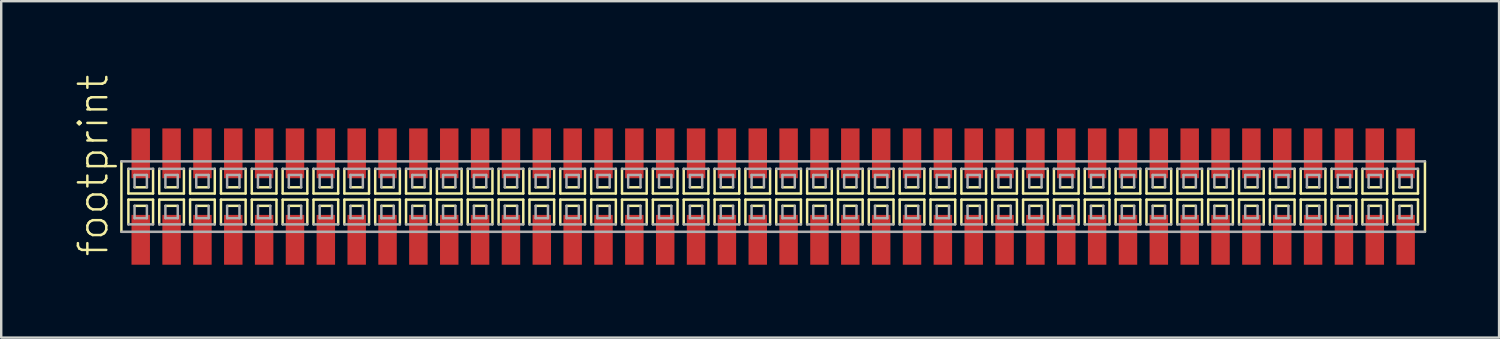
<source format=kicad_pcb>
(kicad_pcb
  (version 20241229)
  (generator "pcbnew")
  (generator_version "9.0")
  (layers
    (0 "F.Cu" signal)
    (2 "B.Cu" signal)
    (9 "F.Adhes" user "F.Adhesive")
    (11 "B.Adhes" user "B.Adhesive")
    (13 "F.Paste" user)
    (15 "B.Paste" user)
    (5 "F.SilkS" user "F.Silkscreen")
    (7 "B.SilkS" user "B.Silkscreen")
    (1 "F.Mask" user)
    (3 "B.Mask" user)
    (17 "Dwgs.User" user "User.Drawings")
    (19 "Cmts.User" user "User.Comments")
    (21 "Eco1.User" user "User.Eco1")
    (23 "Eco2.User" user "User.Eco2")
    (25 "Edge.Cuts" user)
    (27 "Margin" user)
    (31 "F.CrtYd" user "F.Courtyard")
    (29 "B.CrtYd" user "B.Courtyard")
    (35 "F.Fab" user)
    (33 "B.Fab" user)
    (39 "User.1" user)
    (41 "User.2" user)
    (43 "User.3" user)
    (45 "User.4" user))
  (footprint "footprint"
    (layer "F.Cu")
    (at 28.778 5.042)
    (property "Reference" "footprint" (at -27.305 2.54 90) (layer "F.SilkS") (effects (font (size 1.168 1.168) (thickness 0.102)) (justify left bottom)))
    (fp_line (start -26.83 -1.45) (end -26.83 1.45) (stroke (width 0.102) (type solid)) (layer "F.SilkS"))
    (fp_line (start -26.543 -1.143) (end -26.543 -0.127) (stroke (width 0.102) (type solid)) (layer "F.SilkS"))
    (fp_line (start -26.543 -0.127) (end -25.527 -0.127) (stroke (width 0.102) (type solid)) (layer "F.SilkS"))
    (fp_line (start -26.543 0.127) (end -26.543 1.143) (stroke (width 0.102) (type solid)) (layer "F.SilkS"))
    (fp_line (start -26.289 -0.381) (end -25.781 -0.381) (stroke (width 0.102) (type solid)) (layer "F.SilkS"))
    (fp_line (start -25.781 0.381) (end -26.289 0.381) (stroke (width 0.102) (type solid)) (layer "F.SilkS"))
    (fp_line (start -25.527 -0.127) (end -25.527 -1.143) (stroke (width 0.102) (type solid)) (layer "F.SilkS"))
    (fp_line (start -25.527 0.127) (end -26.543 0.127) (stroke (width 0.102) (type solid)) (layer "F.SilkS"))
    (fp_line (start -25.527 1.143) (end -25.527 0.127) (stroke (width 0.102) (type solid)) (layer "F.SilkS"))
    (fp_line (start -25.273 -1.143) (end -25.273 -0.127) (stroke (width 0.102) (type solid)) (layer "F.SilkS"))
    (fp_line (start -25.273 -0.127) (end -24.257 -0.127) (stroke (width 0.102) (type solid)) (layer "F.SilkS"))
    (fp_line (start -25.273 0.127) (end -25.273 1.143) (stroke (width 0.102) (type solid)) (layer "F.SilkS"))
    (fp_line (start -25.019 -0.381) (end -24.511 -0.381) (stroke (width 0.102) (type solid)) (layer "F.SilkS"))
    (fp_line (start -24.511 0.381) (end -25.019 0.381) (stroke (width 0.102) (type solid)) (layer "F.SilkS"))
    (fp_line (start -24.257 -0.127) (end -24.257 -1.143) (stroke (width 0.102) (type solid)) (layer "F.SilkS"))
    (fp_line (start -24.257 0.127) (end -25.273 0.127) (stroke (width 0.102) (type solid)) (layer "F.SilkS"))
    (fp_line (start -24.257 1.143) (end -24.257 0.127) (stroke (width 0.102) (type solid)) (layer "F.SilkS"))
    (fp_line (start -24.003 -1.143) (end -24.003 -0.127) (stroke (width 0.102) (type solid)) (layer "F.SilkS"))
    (fp_line (start -24.003 -0.127) (end -22.987 -0.127) (stroke (width 0.102) (type solid)) (layer "F.SilkS"))
    (fp_line (start -24.003 0.127) (end -24.003 1.143) (stroke (width 0.102) (type solid)) (layer "F.SilkS"))
    (fp_line (start -23.749 -0.381) (end -23.241 -0.381) (stroke (width 0.102) (type solid)) (layer "F.SilkS"))
    (fp_line (start -23.241 0.381) (end -23.749 0.381) (stroke (width 0.102) (type solid)) (layer "F.SilkS"))
    (fp_line (start -22.987 -0.127) (end -22.987 -1.143) (stroke (width 0.102) (type solid)) (layer "F.SilkS"))
    (fp_line (start -22.987 0.127) (end -24.003 0.127) (stroke (width 0.102) (type solid)) (layer "F.SilkS"))
    (fp_line (start -22.987 1.143) (end -22.987 0.127) (stroke (width 0.102) (type solid)) (layer "F.SilkS"))
    (fp_line (start -22.733 -1.143) (end -22.733 -0.127) (stroke (width 0.102) (type solid)) (layer "F.SilkS"))
    (fp_line (start -22.733 -0.127) (end -21.717 -0.127) (stroke (width 0.102) (type solid)) (layer "F.SilkS"))
    (fp_line (start -22.733 0.127) (end -22.733 1.143) (stroke (width 0.102) (type solid)) (layer "F.SilkS"))
    (fp_line (start -22.479 -0.381) (end -21.971 -0.381) (stroke (width 0.102) (type solid)) (layer "F.SilkS"))
    (fp_line (start -21.971 0.381) (end -22.479 0.381) (stroke (width 0.102) (type solid)) (layer "F.SilkS"))
    (fp_line (start -21.717 -0.127) (end -21.717 -1.143) (stroke (width 0.102) (type solid)) (layer "F.SilkS"))
    (fp_line (start -21.717 0.127) (end -22.733 0.127) (stroke (width 0.102) (type solid)) (layer "F.SilkS"))
    (fp_line (start -21.717 1.143) (end -21.717 0.127) (stroke (width 0.102) (type solid)) (layer "F.SilkS"))
    (fp_line (start -21.463 -1.143) (end -21.463 -0.127) (stroke (width 0.102) (type solid)) (layer "F.SilkS"))
    (fp_line (start -21.463 -0.127) (end -20.447 -0.127) (stroke (width 0.102) (type solid)) (layer "F.SilkS"))
    (fp_line (start -21.463 0.127) (end -21.463 1.143) (stroke (width 0.102) (type solid)) (layer "F.SilkS"))
    (fp_line (start -21.209 -0.381) (end -20.701 -0.381) (stroke (width 0.102) (type solid)) (layer "F.SilkS"))
    (fp_line (start -20.701 0.381) (end -21.209 0.381) (stroke (width 0.102) (type solid)) (layer "F.SilkS"))
    (fp_line (start -20.447 -0.127) (end -20.447 -1.143) (stroke (width 0.102) (type solid)) (layer "F.SilkS"))
    (fp_line (start -20.447 0.127) (end -21.463 0.127) (stroke (width 0.102) (type solid)) (layer "F.SilkS"))
    (fp_line (start -20.447 1.143) (end -20.447 0.127) (stroke (width 0.102) (type solid)) (layer "F.SilkS"))
    (fp_line (start -20.193 -1.143) (end -20.193 -0.127) (stroke (width 0.102) (type solid)) (layer "F.SilkS"))
    (fp_line (start -20.193 -0.127) (end -19.177 -0.127) (stroke (width 0.102) (type solid)) (layer "F.SilkS"))
    (fp_line (start -20.193 0.127) (end -20.193 1.143) (stroke (width 0.102) (type solid)) (layer "F.SilkS"))
    (fp_line (start -19.939 -0.381) (end -19.431 -0.381) (stroke (width 0.102) (type solid)) (layer "F.SilkS"))
    (fp_line (start -19.431 0.381) (end -19.939 0.381) (stroke (width 0.102) (type solid)) (layer "F.SilkS"))
    (fp_line (start -19.177 -0.127) (end -19.177 -1.143) (stroke (width 0.102) (type solid)) (layer "F.SilkS"))
    (fp_line (start -19.177 0.127) (end -20.193 0.127) (stroke (width 0.102) (type solid)) (layer "F.SilkS"))
    (fp_line (start -19.177 1.143) (end -19.177 0.127) (stroke (width 0.102) (type solid)) (layer "F.SilkS"))
    (fp_line (start -18.923 -1.143) (end -18.923 -0.127) (stroke (width 0.102) (type solid)) (layer "F.SilkS"))
    (fp_line (start -18.923 -0.127) (end -17.907 -0.127) (stroke (width 0.102) (type solid)) (layer "F.SilkS"))
    (fp_line (start -18.923 0.127) (end -18.923 1.143) (stroke (width 0.102) (type solid)) (layer "F.SilkS"))
    (fp_line (start -18.669 -0.381) (end -18.161 -0.381) (stroke (width 0.102) (type solid)) (layer "F.SilkS"))
    (fp_line (start -18.161 0.381) (end -18.669 0.381) (stroke (width 0.102) (type solid)) (layer "F.SilkS"))
    (fp_line (start -17.907 -0.127) (end -17.907 -1.143) (stroke (width 0.102) (type solid)) (layer "F.SilkS"))
    (fp_line (start -17.907 0.127) (end -18.923 0.127) (stroke (width 0.102) (type solid)) (layer "F.SilkS"))
    (fp_line (start -17.907 1.143) (end -17.907 0.127) (stroke (width 0.102) (type solid)) (layer "F.SilkS"))
    (fp_line (start -17.653 -1.143) (end -17.653 -0.127) (stroke (width 0.102) (type solid)) (layer "F.SilkS"))
    (fp_line (start -17.653 -0.127) (end -16.637 -0.127) (stroke (width 0.102) (type solid)) (layer "F.SilkS"))
    (fp_line (start -17.653 0.127) (end -17.653 1.143) (stroke (width 0.102) (type solid)) (layer "F.SilkS"))
    (fp_line (start -17.399 -0.381) (end -16.891 -0.381) (stroke (width 0.102) (type solid)) (layer "F.SilkS"))
    (fp_line (start -16.891 0.381) (end -17.399 0.381) (stroke (width 0.102) (type solid)) (layer "F.SilkS"))
    (fp_line (start -16.637 -0.127) (end -16.637 -1.143) (stroke (width 0.102) (type solid)) (layer "F.SilkS"))
    (fp_line (start -16.637 0.127) (end -17.653 0.127) (stroke (width 0.102) (type solid)) (layer "F.SilkS"))
    (fp_line (start -16.637 1.143) (end -16.637 0.127) (stroke (width 0.102) (type solid)) (layer "F.SilkS"))
    (fp_line (start -16.383 -1.143) (end -16.383 -0.127) (stroke (width 0.102) (type solid)) (layer "F.SilkS"))
    (fp_line (start -16.383 -0.127) (end -15.367 -0.127) (stroke (width 0.102) (type solid)) (layer "F.SilkS"))
    (fp_line (start -16.383 0.127) (end -16.383 1.143) (stroke (width 0.102) (type solid)) (layer "F.SilkS"))
    (fp_line (start -16.129 -0.381) (end -15.621 -0.381) (stroke (width 0.102) (type solid)) (layer "F.SilkS"))
    (fp_line (start -15.621 0.381) (end -16.129 0.381) (stroke (width 0.102) (type solid)) (layer "F.SilkS"))
    (fp_line (start -15.367 -0.127) (end -15.367 -1.143) (stroke (width 0.102) (type solid)) (layer "F.SilkS"))
    (fp_line (start -15.367 0.127) (end -16.383 0.127) (stroke (width 0.102) (type solid)) (layer "F.SilkS"))
    (fp_line (start -15.367 1.143) (end -15.367 0.127) (stroke (width 0.102) (type solid)) (layer "F.SilkS"))
    (fp_line (start -15.113 -1.143) (end -15.113 -0.127) (stroke (width 0.102) (type solid)) (layer "F.SilkS"))
    (fp_line (start -15.113 -0.127) (end -14.097 -0.127) (stroke (width 0.102) (type solid)) (layer "F.SilkS"))
    (fp_line (start -15.113 0.127) (end -15.113 1.143) (stroke (width 0.102) (type solid)) (layer "F.SilkS"))
    (fp_line (start -14.859 -0.381) (end -14.351 -0.381) (stroke (width 0.102) (type solid)) (layer "F.SilkS"))
    (fp_line (start -14.351 0.381) (end -14.859 0.381) (stroke (width 0.102) (type solid)) (layer "F.SilkS"))
    (fp_line (start -14.097 -0.127) (end -14.097 -1.143) (stroke (width 0.102) (type solid)) (layer "F.SilkS"))
    (fp_line (start -14.097 0.127) (end -15.113 0.127) (stroke (width 0.102) (type solid)) (layer "F.SilkS"))
    (fp_line (start -14.097 1.143) (end -14.097 0.127) (stroke (width 0.102) (type solid)) (layer "F.SilkS"))
    (fp_line (start -13.843 -1.143) (end -13.843 -0.127) (stroke (width 0.102) (type solid)) (layer "F.SilkS"))
    (fp_line (start -13.843 -0.127) (end -12.827 -0.127) (stroke (width 0.102) (type solid)) (layer "F.SilkS"))
    (fp_line (start -13.843 0.127) (end -13.843 1.143) (stroke (width 0.102) (type solid)) (layer "F.SilkS"))
    (fp_line (start -13.589 -0.381) (end -13.081 -0.381) (stroke (width 0.102) (type solid)) (layer "F.SilkS"))
    (fp_line (start -13.081 0.381) (end -13.589 0.381) (stroke (width 0.102) (type solid)) (layer "F.SilkS"))
    (fp_line (start -12.827 -0.127) (end -12.827 -1.143) (stroke (width 0.102) (type solid)) (layer "F.SilkS"))
    (fp_line (start -12.827 0.127) (end -13.843 0.127) (stroke (width 0.102) (type solid)) (layer "F.SilkS"))
    (fp_line (start -12.827 1.143) (end -12.827 0.127) (stroke (width 0.102) (type solid)) (layer "F.SilkS"))
    (fp_line (start -12.573 -1.143) (end -12.573 -0.127) (stroke (width 0.102) (type solid)) (layer "F.SilkS"))
    (fp_line (start -12.573 -0.127) (end -11.557 -0.127) (stroke (width 0.102) (type solid)) (layer "F.SilkS"))
    (fp_line (start -12.573 0.127) (end -12.573 1.143) (stroke (width 0.102) (type solid)) (layer "F.SilkS"))
    (fp_line (start -12.319 -0.381) (end -11.811 -0.381) (stroke (width 0.102) (type solid)) (layer "F.SilkS"))
    (fp_line (start -11.811 0.381) (end -12.319 0.381) (stroke (width 0.102) (type solid)) (layer "F.SilkS"))
    (fp_line (start -11.557 -0.127) (end -11.557 -1.143) (stroke (width 0.102) (type solid)) (layer "F.SilkS"))
    (fp_line (start -11.557 0.127) (end -12.573 0.127) (stroke (width 0.102) (type solid)) (layer "F.SilkS"))
    (fp_line (start -11.557 1.143) (end -11.557 0.127) (stroke (width 0.102) (type solid)) (layer "F.SilkS"))
    (fp_line (start -11.303 -1.143) (end -11.303 -0.127) (stroke (width 0.102) (type solid)) (layer "F.SilkS"))
    (fp_line (start -11.303 -0.127) (end -10.287 -0.127) (stroke (width 0.102) (type solid)) (layer "F.SilkS"))
    (fp_line (start -11.303 0.127) (end -11.303 1.143) (stroke (width 0.102) (type solid)) (layer "F.SilkS"))
    (fp_line (start -11.049 -0.381) (end -10.541 -0.381) (stroke (width 0.102) (type solid)) (layer "F.SilkS"))
    (fp_line (start -10.541 0.381) (end -11.049 0.381) (stroke (width 0.102) (type solid)) (layer "F.SilkS"))
    (fp_line (start -10.287 -0.127) (end -10.287 -1.143) (stroke (width 0.102) (type solid)) (layer "F.SilkS"))
    (fp_line (start -10.287 0.127) (end -11.303 0.127) (stroke (width 0.102) (type solid)) (layer "F.SilkS"))
    (fp_line (start -10.287 1.143) (end -10.287 0.127) (stroke (width 0.102) (type solid)) (layer "F.SilkS"))
    (fp_line (start -10.033 -1.143) (end -10.033 -0.127) (stroke (width 0.102) (type solid)) (layer "F.SilkS"))
    (fp_line (start -10.033 -0.127) (end -9.017 -0.127) (stroke (width 0.102) (type solid)) (layer "F.SilkS"))
    (fp_line (start -10.033 0.127) (end -10.033 1.143) (stroke (width 0.102) (type solid)) (layer "F.SilkS"))
    (fp_line (start -9.779 -0.381) (end -9.271 -0.381) (stroke (width 0.102) (type solid)) (layer "F.SilkS"))
    (fp_line (start -9.271 0.381) (end -9.779 0.381) (stroke (width 0.102) (type solid)) (layer "F.SilkS"))
    (fp_line (start -9.017 -0.127) (end -9.017 -1.143) (stroke (width 0.102) (type solid)) (layer "F.SilkS"))
    (fp_line (start -9.017 0.127) (end -10.033 0.127) (stroke (width 0.102) (type solid)) (layer "F.SilkS"))
    (fp_line (start -9.017 1.143) (end -9.017 0.127) (stroke (width 0.102) (type solid)) (layer "F.SilkS"))
    (fp_line (start -8.763 -1.143) (end -8.763 -0.127) (stroke (width 0.102) (type solid)) (layer "F.SilkS"))
    (fp_line (start -8.763 -0.127) (end -7.747 -0.127) (stroke (width 0.102) (type solid)) (layer "F.SilkS"))
    (fp_line (start -8.763 0.127) (end -8.763 1.143) (stroke (width 0.102) (type solid)) (layer "F.SilkS"))
    (fp_line (start -8.509 -0.381) (end -8.001 -0.381) (stroke (width 0.102) (type solid)) (layer "F.SilkS"))
    (fp_line (start -8.001 0.381) (end -8.509 0.381) (stroke (width 0.102) (type solid)) (layer "F.SilkS"))
    (fp_line (start -7.747 -0.127) (end -7.747 -1.143) (stroke (width 0.102) (type solid)) (layer "F.SilkS"))
    (fp_line (start -7.747 0.127) (end -8.763 0.127) (stroke (width 0.102) (type solid)) (layer "F.SilkS"))
    (fp_line (start -7.747 1.143) (end -7.747 0.127) (stroke (width 0.102) (type solid)) (layer "F.SilkS"))
    (fp_line (start -7.493 -1.143) (end -7.493 -0.127) (stroke (width 0.102) (type solid)) (layer "F.SilkS"))
    (fp_line (start -7.493 -0.127) (end -6.477 -0.127) (stroke (width 0.102) (type solid)) (layer "F.SilkS"))
    (fp_line (start -7.493 0.127) (end -7.493 1.143) (stroke (width 0.102) (type solid)) (layer "F.SilkS"))
    (fp_line (start -7.239 -0.381) (end -6.731 -0.381) (stroke (width 0.102) (type solid)) (layer "F.SilkS"))
    (fp_line (start -6.731 0.381) (end -7.239 0.381) (stroke (width 0.102) (type solid)) (layer "F.SilkS"))
    (fp_line (start -6.477 -0.127) (end -6.477 -1.143) (stroke (width 0.102) (type solid)) (layer "F.SilkS"))
    (fp_line (start -6.477 0.127) (end -7.493 0.127) (stroke (width 0.102) (type solid)) (layer "F.SilkS"))
    (fp_line (start -6.477 1.143) (end -6.477 0.127) (stroke (width 0.102) (type solid)) (layer "F.SilkS"))
    (fp_line (start -6.223 -1.143) (end -6.223 -0.127) (stroke (width 0.102) (type solid)) (layer "F.SilkS"))
    (fp_line (start -6.223 -0.127) (end -5.207 -0.127) (stroke (width 0.102) (type solid)) (layer "F.SilkS"))
    (fp_line (start -6.223 0.127) (end -6.223 1.143) (stroke (width 0.102) (type solid)) (layer "F.SilkS"))
    (fp_line (start -5.969 -0.381) (end -5.461 -0.381) (stroke (width 0.102) (type solid)) (layer "F.SilkS"))
    (fp_line (start -5.461 0.381) (end -5.969 0.381) (stroke (width 0.102) (type solid)) (layer "F.SilkS"))
    (fp_line (start -5.207 -0.127) (end -5.207 -1.143) (stroke (width 0.102) (type solid)) (layer "F.SilkS"))
    (fp_line (start -5.207 0.127) (end -6.223 0.127) (stroke (width 0.102) (type solid)) (layer "F.SilkS"))
    (fp_line (start -5.207 1.143) (end -5.207 0.127) (stroke (width 0.102) (type solid)) (layer "F.SilkS"))
    (fp_line (start -4.953 -1.143) (end -4.953 -0.127) (stroke (width 0.102) (type solid)) (layer "F.SilkS"))
    (fp_line (start -4.953 -0.127) (end -3.937 -0.127) (stroke (width 0.102) (type solid)) (layer "F.SilkS"))
    (fp_line (start -4.953 0.127) (end -4.953 1.143) (stroke (width 0.102) (type solid)) (layer "F.SilkS"))
    (fp_line (start -4.699 -0.381) (end -4.191 -0.381) (stroke (width 0.102) (type solid)) (layer "F.SilkS"))
    (fp_line (start -4.191 0.381) (end -4.699 0.381) (stroke (width 0.102) (type solid)) (layer "F.SilkS"))
    (fp_line (start -3.937 -0.127) (end -3.937 -1.143) (stroke (width 0.102) (type solid)) (layer "F.SilkS"))
    (fp_line (start -3.937 0.127) (end -4.953 0.127) (stroke (width 0.102) (type solid)) (layer "F.SilkS"))
    (fp_line (start -3.937 1.143) (end -3.937 0.127) (stroke (width 0.102) (type solid)) (layer "F.SilkS"))
    (fp_line (start -3.683 -1.143) (end -3.683 -0.127) (stroke (width 0.102) (type solid)) (layer "F.SilkS"))
    (fp_line (start -3.683 -0.127) (end -2.667 -0.127) (stroke (width 0.102) (type solid)) (layer "F.SilkS"))
    (fp_line (start -3.683 0.127) (end -3.683 1.143) (stroke (width 0.102) (type solid)) (layer "F.SilkS"))
    (fp_line (start -3.429 -0.381) (end -2.921 -0.381) (stroke (width 0.102) (type solid)) (layer "F.SilkS"))
    (fp_line (start -2.921 0.381) (end -3.429 0.381) (stroke (width 0.102) (type solid)) (layer "F.SilkS"))
    (fp_line (start -2.667 -0.127) (end -2.667 -1.143) (stroke (width 0.102) (type solid)) (layer "F.SilkS"))
    (fp_line (start -2.667 0.127) (end -3.683 0.127) (stroke (width 0.102) (type solid)) (layer "F.SilkS"))
    (fp_line (start -2.667 1.143) (end -2.667 0.127) (stroke (width 0.102) (type solid)) (layer "F.SilkS"))
    (fp_line (start -2.413 -1.143) (end -2.413 -0.127) (stroke (width 0.102) (type solid)) (layer "F.SilkS"))
    (fp_line (start -2.413 -0.127) (end -1.397 -0.127) (stroke (width 0.102) (type solid)) (layer "F.SilkS"))
    (fp_line (start -2.413 0.127) (end -2.413 1.143) (stroke (width 0.102) (type solid)) (layer "F.SilkS"))
    (fp_line (start -2.159 -0.381) (end -1.651 -0.381) (stroke (width 0.102) (type solid)) (layer "F.SilkS"))
    (fp_line (start -1.651 0.381) (end -2.159 0.381) (stroke (width 0.102) (type solid)) (layer "F.SilkS"))
    (fp_line (start -1.397 -0.127) (end -1.397 -1.143) (stroke (width 0.102) (type solid)) (layer "F.SilkS"))
    (fp_line (start -1.397 0.127) (end -2.413 0.127) (stroke (width 0.102) (type solid)) (layer "F.SilkS"))
    (fp_line (start -1.397 1.143) (end -1.397 0.127) (stroke (width 0.102) (type solid)) (layer "F.SilkS"))
    (fp_line (start -1.143 -1.143) (end -1.143 -0.127) (stroke (width 0.102) (type solid)) (layer "F.SilkS"))
    (fp_line (start -1.143 -0.127) (end -0.127 -0.127) (stroke (width 0.102) (type solid)) (layer "F.SilkS"))
    (fp_line (start -1.143 0.127) (end -1.143 1.143) (stroke (width 0.102) (type solid)) (layer "F.SilkS"))
    (fp_line (start -0.889 -0.381) (end -0.381 -0.381) (stroke (width 0.102) (type solid)) (layer "F.SilkS"))
    (fp_line (start -0.381 0.381) (end -0.889 0.381) (stroke (width 0.102) (type solid)) (layer "F.SilkS"))
    (fp_line (start -0.127 -0.127) (end -0.127 -1.143) (stroke (width 0.102) (type solid)) (layer "F.SilkS"))
    (fp_line (start -0.127 0.127) (end -1.143 0.127) (stroke (width 0.102) (type solid)) (layer "F.SilkS"))
    (fp_line (start -0.127 1.143) (end -0.127 0.127) (stroke (width 0.102) (type solid)) (layer "F.SilkS"))
    (fp_line (start 0.127 -1.143) (end 0.127 -0.127) (stroke (width 0.102) (type solid)) (layer "F.SilkS"))
    (fp_line (start 0.127 -0.127) (end 1.143 -0.127) (stroke (width 0.102) (type solid)) (layer "F.SilkS"))
    (fp_line (start 0.127 0.127) (end 0.127 1.143) (stroke (width 0.102) (type solid)) (layer "F.SilkS"))
    (fp_line (start 0.381 -0.381) (end 0.889 -0.381) (stroke (width 0.102) (type solid)) (layer "F.SilkS"))
    (fp_line (start 0.889 0.381) (end 0.381 0.381) (stroke (width 0.102) (type solid)) (layer "F.SilkS"))
    (fp_line (start 1.143 -0.127) (end 1.143 -1.143) (stroke (width 0.102) (type solid)) (layer "F.SilkS"))
    (fp_line (start 1.143 0.127) (end 0.127 0.127) (stroke (width 0.102) (type solid)) (layer "F.SilkS"))
    (fp_line (start 1.143 1.143) (end 1.143 0.127) (stroke (width 0.102) (type solid)) (layer "F.SilkS"))
    (fp_line (start 1.397 -1.143) (end 1.397 -0.127) (stroke (width 0.102) (type solid)) (layer "F.SilkS"))
    (fp_line (start 1.397 -0.127) (end 2.413 -0.127) (stroke (width 0.102) (type solid)) (layer "F.SilkS"))
    (fp_line (start 1.397 0.127) (end 1.397 1.143) (stroke (width 0.102) (type solid)) (layer "F.SilkS"))
    (fp_line (start 1.651 -0.381) (end 2.159 -0.381) (stroke (width 0.102) (type solid)) (layer "F.SilkS"))
    (fp_line (start 2.159 0.381) (end 1.651 0.381) (stroke (width 0.102) (type solid)) (layer "F.SilkS"))
    (fp_line (start 2.413 -0.127) (end 2.413 -1.143) (stroke (width 0.102) (type solid)) (layer "F.SilkS"))
    (fp_line (start 2.413 0.127) (end 1.397 0.127) (stroke (width 0.102) (type solid)) (layer "F.SilkS"))
    (fp_line (start 2.413 1.143) (end 2.413 0.127) (stroke (width 0.102) (type solid)) (layer "F.SilkS"))
    (fp_line (start 2.667 -1.143) (end 2.667 -0.127) (stroke (width 0.102) (type solid)) (layer "F.SilkS"))
    (fp_line (start 2.667 -0.127) (end 3.683 -0.127) (stroke (width 0.102) (type solid)) (layer "F.SilkS"))
    (fp_line (start 2.667 0.127) (end 2.667 1.143) (stroke (width 0.102) (type solid)) (layer "F.SilkS"))
    (fp_line (start 2.921 -0.381) (end 3.429 -0.381) (stroke (width 0.102) (type solid)) (layer "F.SilkS"))
    (fp_line (start 3.429 0.381) (end 2.921 0.381) (stroke (width 0.102) (type solid)) (layer "F.SilkS"))
    (fp_line (start 3.683 -0.127) (end 3.683 -1.143) (stroke (width 0.102) (type solid)) (layer "F.SilkS"))
    (fp_line (start 3.683 0.127) (end 2.667 0.127) (stroke (width 0.102) (type solid)) (layer "F.SilkS"))
    (fp_line (start 3.683 1.143) (end 3.683 0.127) (stroke (width 0.102) (type solid)) (layer "F.SilkS"))
    (fp_line (start 3.937 -1.143) (end 3.937 -0.127) (stroke (width 0.102) (type solid)) (layer "F.SilkS"))
    (fp_line (start 3.937 -0.127) (end 4.953 -0.127) (stroke (width 0.102) (type solid)) (layer "F.SilkS"))
    (fp_line (start 3.937 0.127) (end 3.937 1.143) (stroke (width 0.102) (type solid)) (layer "F.SilkS"))
    (fp_line (start 4.191 -0.381) (end 4.699 -0.381) (stroke (width 0.102) (type solid)) (layer "F.SilkS"))
    (fp_line (start 4.699 0.381) (end 4.191 0.381) (stroke (width 0.102) (type solid)) (layer "F.SilkS"))
    (fp_line (start 4.953 -0.127) (end 4.953 -1.143) (stroke (width 0.102) (type solid)) (layer "F.SilkS"))
    (fp_line (start 4.953 0.127) (end 3.937 0.127) (stroke (width 0.102) (type solid)) (layer "F.SilkS"))
    (fp_line (start 4.953 1.143) (end 4.953 0.127) (stroke (width 0.102) (type solid)) (layer "F.SilkS"))
    (fp_line (start 5.207 -1.143) (end 5.207 -0.127) (stroke (width 0.102) (type solid)) (layer "F.SilkS"))
    (fp_line (start 5.207 -0.127) (end 6.223 -0.127) (stroke (width 0.102) (type solid)) (layer "F.SilkS"))
    (fp_line (start 5.207 0.127) (end 5.207 1.143) (stroke (width 0.102) (type solid)) (layer "F.SilkS"))
    (fp_line (start 5.461 -0.381) (end 5.969 -0.381) (stroke (width 0.102) (type solid)) (layer "F.SilkS"))
    (fp_line (start 5.969 0.381) (end 5.461 0.381) (stroke (width 0.102) (type solid)) (layer "F.SilkS"))
    (fp_line (start 6.223 -0.127) (end 6.223 -1.143) (stroke (width 0.102) (type solid)) (layer "F.SilkS"))
    (fp_line (start 6.223 0.127) (end 5.207 0.127) (stroke (width 0.102) (type solid)) (layer "F.SilkS"))
    (fp_line (start 6.223 1.143) (end 6.223 0.127) (stroke (width 0.102) (type solid)) (layer "F.SilkS"))
    (fp_line (start 6.477 -1.143) (end 6.477 -0.127) (stroke (width 0.102) (type solid)) (layer "F.SilkS"))
    (fp_line (start 6.477 -0.127) (end 7.493 -0.127) (stroke (width 0.102) (type solid)) (layer "F.SilkS"))
    (fp_line (start 6.477 0.127) (end 6.477 1.143) (stroke (width 0.102) (type solid)) (layer "F.SilkS"))
    (fp_line (start 6.731 -0.381) (end 7.239 -0.381) (stroke (width 0.102) (type solid)) (layer "F.SilkS"))
    (fp_line (start 7.239 0.381) (end 6.731 0.381) (stroke (width 0.102) (type solid)) (layer "F.SilkS"))
    (fp_line (start 7.493 -0.127) (end 7.493 -1.143) (stroke (width 0.102) (type solid)) (layer "F.SilkS"))
    (fp_line (start 7.493 0.127) (end 6.477 0.127) (stroke (width 0.102) (type solid)) (layer "F.SilkS"))
    (fp_line (start 7.493 1.143) (end 7.493 0.127) (stroke (width 0.102) (type solid)) (layer "F.SilkS"))
    (fp_line (start 7.747 -1.143) (end 7.747 -0.127) (stroke (width 0.102) (type solid)) (layer "F.SilkS"))
    (fp_line (start 7.747 -0.127) (end 8.763 -0.127) (stroke (width 0.102) (type solid)) (layer "F.SilkS"))
    (fp_line (start 7.747 0.127) (end 7.747 1.143) (stroke (width 0.102) (type solid)) (layer "F.SilkS"))
    (fp_line (start 8.001 -0.381) (end 8.509 -0.381) (stroke (width 0.102) (type solid)) (layer "F.SilkS"))
    (fp_line (start 8.509 0.381) (end 8.001 0.381) (stroke (width 0.102) (type solid)) (layer "F.SilkS"))
    (fp_line (start 8.763 -0.127) (end 8.763 -1.143) (stroke (width 0.102) (type solid)) (layer "F.SilkS"))
    (fp_line (start 8.763 0.127) (end 7.747 0.127) (stroke (width 0.102) (type solid)) (layer "F.SilkS"))
    (fp_line (start 8.763 1.143) (end 8.763 0.127) (stroke (width 0.102) (type solid)) (layer "F.SilkS"))
    (fp_line (start 9.017 -1.143) (end 9.017 -0.127) (stroke (width 0.102) (type solid)) (layer "F.SilkS"))
    (fp_line (start 9.017 -0.127) (end 10.033 -0.127) (stroke (width 0.102) (type solid)) (layer "F.SilkS"))
    (fp_line (start 9.017 0.127) (end 9.017 1.143) (stroke (width 0.102) (type solid)) (layer "F.SilkS"))
    (fp_line (start 9.271 -0.381) (end 9.779 -0.381) (stroke (width 0.102) (type solid)) (layer "F.SilkS"))
    (fp_line (start 9.779 0.381) (end 9.271 0.381) (stroke (width 0.102) (type solid)) (layer "F.SilkS"))
    (fp_line (start 10.033 -0.127) (end 10.033 -1.143) (stroke (width 0.102) (type solid)) (layer "F.SilkS"))
    (fp_line (start 10.033 0.127) (end 9.017 0.127) (stroke (width 0.102) (type solid)) (layer "F.SilkS"))
    (fp_line (start 10.033 1.143) (end 10.033 0.127) (stroke (width 0.102) (type solid)) (layer "F.SilkS"))
    (fp_line (start 10.287 -1.143) (end 10.287 -0.127) (stroke (width 0.102) (type solid)) (layer "F.SilkS"))
    (fp_line (start 10.287 -0.127) (end 11.303 -0.127) (stroke (width 0.102) (type solid)) (layer "F.SilkS"))
    (fp_line (start 10.287 0.127) (end 10.287 1.143) (stroke (width 0.102) (type solid)) (layer "F.SilkS"))
    (fp_line (start 10.541 -0.381) (end 11.049 -0.381) (stroke (width 0.102) (type solid)) (layer "F.SilkS"))
    (fp_line (start 11.049 0.381) (end 10.541 0.381) (stroke (width 0.102) (type solid)) (layer "F.SilkS"))
    (fp_line (start 11.303 -0.127) (end 11.303 -1.143) (stroke (width 0.102) (type solid)) (layer "F.SilkS"))
    (fp_line (start 11.303 0.127) (end 10.287 0.127) (stroke (width 0.102) (type solid)) (layer "F.SilkS"))
    (fp_line (start 11.303 1.143) (end 11.303 0.127) (stroke (width 0.102) (type solid)) (layer "F.SilkS"))
    (fp_line (start 11.557 -1.143) (end 11.557 -0.127) (stroke (width 0.102) (type solid)) (layer "F.SilkS"))
    (fp_line (start 11.557 -0.127) (end 12.573 -0.127) (stroke (width 0.102) (type solid)) (layer "F.SilkS"))
    (fp_line (start 11.557 0.127) (end 11.557 1.143) (stroke (width 0.102) (type solid)) (layer "F.SilkS"))
    (fp_line (start 11.811 -0.381) (end 12.319 -0.381) (stroke (width 0.102) (type solid)) (layer "F.SilkS"))
    (fp_line (start 12.319 0.381) (end 11.811 0.381) (stroke (width 0.102) (type solid)) (layer "F.SilkS"))
    (fp_line (start 12.573 -0.127) (end 12.573 -1.143) (stroke (width 0.102) (type solid)) (layer "F.SilkS"))
    (fp_line (start 12.573 0.127) (end 11.557 0.127) (stroke (width 0.102) (type solid)) (layer "F.SilkS"))
    (fp_line (start 12.573 1.143) (end 12.573 0.127) (stroke (width 0.102) (type solid)) (layer "F.SilkS"))
    (fp_line (start 12.827 -1.143) (end 12.827 -0.127) (stroke (width 0.102) (type solid)) (layer "F.SilkS"))
    (fp_line (start 12.827 -0.127) (end 13.843 -0.127) (stroke (width 0.102) (type solid)) (layer "F.SilkS"))
    (fp_line (start 12.827 0.127) (end 12.827 1.143) (stroke (width 0.102) (type solid)) (layer "F.SilkS"))
    (fp_line (start 13.081 -0.381) (end 13.589 -0.381) (stroke (width 0.102) (type solid)) (layer "F.SilkS"))
    (fp_line (start 13.589 0.381) (end 13.081 0.381) (stroke (width 0.102) (type solid)) (layer "F.SilkS"))
    (fp_line (start 13.843 -0.127) (end 13.843 -1.143) (stroke (width 0.102) (type solid)) (layer "F.SilkS"))
    (fp_line (start 13.843 0.127) (end 12.827 0.127) (stroke (width 0.102) (type solid)) (layer "F.SilkS"))
    (fp_line (start 13.843 1.143) (end 13.843 0.127) (stroke (width 0.102) (type solid)) (layer "F.SilkS"))
    (fp_line (start 14.097 -1.143) (end 14.097 -0.127) (stroke (width 0.102) (type solid)) (layer "F.SilkS"))
    (fp_line (start 14.097 -0.127) (end 15.113 -0.127) (stroke (width 0.102) (type solid)) (layer "F.SilkS"))
    (fp_line (start 14.097 0.127) (end 14.097 1.143) (stroke (width 0.102) (type solid)) (layer "F.SilkS"))
    (fp_line (start 14.351 -0.381) (end 14.859 -0.381) (stroke (width 0.102) (type solid)) (layer "F.SilkS"))
    (fp_line (start 14.859 0.381) (end 14.351 0.381) (stroke (width 0.102) (type solid)) (layer "F.SilkS"))
    (fp_line (start 15.113 -0.127) (end 15.113 -1.143) (stroke (width 0.102) (type solid)) (layer "F.SilkS"))
    (fp_line (start 15.113 0.127) (end 14.097 0.127) (stroke (width 0.102) (type solid)) (layer "F.SilkS"))
    (fp_line (start 15.113 1.143) (end 15.113 0.127) (stroke (width 0.102) (type solid)) (layer "F.SilkS"))
    (fp_line (start 15.367 -1.143) (end 15.367 -0.127) (stroke (width 0.102) (type solid)) (layer "F.SilkS"))
    (fp_line (start 15.367 -0.127) (end 16.383 -0.127) (stroke (width 0.102) (type solid)) (layer "F.SilkS"))
    (fp_line (start 15.367 0.127) (end 15.367 1.143) (stroke (width 0.102) (type solid)) (layer "F.SilkS"))
    (fp_line (start 15.621 -0.381) (end 16.129 -0.381) (stroke (width 0.102) (type solid)) (layer "F.SilkS"))
    (fp_line (start 16.129 0.381) (end 15.621 0.381) (stroke (width 0.102) (type solid)) (layer "F.SilkS"))
    (fp_line (start 16.383 -0.127) (end 16.383 -1.143) (stroke (width 0.102) (type solid)) (layer "F.SilkS"))
    (fp_line (start 16.383 0.127) (end 15.367 0.127) (stroke (width 0.102) (type solid)) (layer "F.SilkS"))
    (fp_line (start 16.383 1.143) (end 16.383 0.127) (stroke (width 0.102) (type solid)) (layer "F.SilkS"))
    (fp_line (start 16.637 -1.143) (end 16.637 -0.127) (stroke (width 0.102) (type solid)) (layer "F.SilkS"))
    (fp_line (start 16.637 -0.127) (end 17.653 -0.127) (stroke (width 0.102) (type solid)) (layer "F.SilkS"))
    (fp_line (start 16.637 0.127) (end 16.637 1.143) (stroke (width 0.102) (type solid)) (layer "F.SilkS"))
    (fp_line (start 16.891 -0.381) (end 17.399 -0.381) (stroke (width 0.102) (type solid)) (layer "F.SilkS"))
    (fp_line (start 17.399 0.381) (end 16.891 0.381) (stroke (width 0.102) (type solid)) (layer "F.SilkS"))
    (fp_line (start 17.653 -0.127) (end 17.653 -1.143) (stroke (width 0.102) (type solid)) (layer "F.SilkS"))
    (fp_line (start 17.653 0.127) (end 16.637 0.127) (stroke (width 0.102) (type solid)) (layer "F.SilkS"))
    (fp_line (start 17.653 1.143) (end 17.653 0.127) (stroke (width 0.102) (type solid)) (layer "F.SilkS"))
    (fp_line (start 17.907 -1.143) (end 17.907 -0.127) (stroke (width 0.102) (type solid)) (layer "F.SilkS"))
    (fp_line (start 17.907 -0.127) (end 18.923 -0.127) (stroke (width 0.102) (type solid)) (layer "F.SilkS"))
    (fp_line (start 17.907 0.127) (end 17.907 1.143) (stroke (width 0.102) (type solid)) (layer "F.SilkS"))
    (fp_line (start 18.161 -0.381) (end 18.669 -0.381) (stroke (width 0.102) (type solid)) (layer "F.SilkS"))
    (fp_line (start 18.669 0.381) (end 18.161 0.381) (stroke (width 0.102) (type solid)) (layer "F.SilkS"))
    (fp_line (start 18.923 -0.127) (end 18.923 -1.143) (stroke (width 0.102) (type solid)) (layer "F.SilkS"))
    (fp_line (start 18.923 0.127) (end 17.907 0.127) (stroke (width 0.102) (type solid)) (layer "F.SilkS"))
    (fp_line (start 18.923 1.143) (end 18.923 0.127) (stroke (width 0.102) (type solid)) (layer "F.SilkS"))
    (fp_line (start 19.177 -1.143) (end 19.177 -0.127) (stroke (width 0.102) (type solid)) (layer "F.SilkS"))
    (fp_line (start 19.177 -0.127) (end 20.193 -0.127) (stroke (width 0.102) (type solid)) (layer "F.SilkS"))
    (fp_line (start 19.177 0.127) (end 19.177 1.143) (stroke (width 0.102) (type solid)) (layer "F.SilkS"))
    (fp_line (start 19.431 -0.381) (end 19.939 -0.381) (stroke (width 0.102) (type solid)) (layer "F.SilkS"))
    (fp_line (start 19.939 0.381) (end 19.431 0.381) (stroke (width 0.102) (type solid)) (layer "F.SilkS"))
    (fp_line (start 20.193 -0.127) (end 20.193 -1.143) (stroke (width 0.102) (type solid)) (layer "F.SilkS"))
    (fp_line (start 20.193 0.127) (end 19.177 0.127) (stroke (width 0.102) (type solid)) (layer "F.SilkS"))
    (fp_line (start 20.193 1.143) (end 20.193 0.127) (stroke (width 0.102) (type solid)) (layer "F.SilkS"))
    (fp_line (start 20.447 -1.143) (end 20.447 -0.127) (stroke (width 0.102) (type solid)) (layer "F.SilkS"))
    (fp_line (start 20.447 -0.127) (end 21.463 -0.127) (stroke (width 0.102) (type solid)) (layer "F.SilkS"))
    (fp_line (start 20.447 0.127) (end 20.447 1.143) (stroke (width 0.102) (type solid)) (layer "F.SilkS"))
    (fp_line (start 20.701 -0.381) (end 21.209 -0.381) (stroke (width 0.102) (type solid)) (layer "F.SilkS"))
    (fp_line (start 21.209 0.381) (end 20.701 0.381) (stroke (width 0.102) (type solid)) (layer "F.SilkS"))
    (fp_line (start 21.463 -0.127) (end 21.463 -1.143) (stroke (width 0.102) (type solid)) (layer "F.SilkS"))
    (fp_line (start 21.463 0.127) (end 20.447 0.127) (stroke (width 0.102) (type solid)) (layer "F.SilkS"))
    (fp_line (start 21.463 1.143) (end 21.463 0.127) (stroke (width 0.102) (type solid)) (layer "F.SilkS"))
    (fp_line (start 21.717 -1.143) (end 21.717 -0.127) (stroke (width 0.102) (type solid)) (layer "F.SilkS"))
    (fp_line (start 21.717 -0.127) (end 22.733 -0.127) (stroke (width 0.102) (type solid)) (layer "F.SilkS"))
    (fp_line (start 21.717 0.127) (end 21.717 1.143) (stroke (width 0.102) (type solid)) (layer "F.SilkS"))
    (fp_line (start 21.971 -0.381) (end 22.479 -0.381) (stroke (width 0.102) (type solid)) (layer "F.SilkS"))
    (fp_line (start 22.479 0.381) (end 21.971 0.381) (stroke (width 0.102) (type solid)) (layer "F.SilkS"))
    (fp_line (start 22.733 -0.127) (end 22.733 -1.143) (stroke (width 0.102) (type solid)) (layer "F.SilkS"))
    (fp_line (start 22.733 0.127) (end 21.717 0.127) (stroke (width 0.102) (type solid)) (layer "F.SilkS"))
    (fp_line (start 22.733 1.143) (end 22.733 0.127) (stroke (width 0.102) (type solid)) (layer "F.SilkS"))
    (fp_line (start 22.987 -1.143) (end 22.987 -0.127) (stroke (width 0.102) (type solid)) (layer "F.SilkS"))
    (fp_line (start 22.987 -0.127) (end 24.003 -0.127) (stroke (width 0.102) (type solid)) (layer "F.SilkS"))
    (fp_line (start 22.987 0.127) (end 22.987 1.143) (stroke (width 0.102) (type solid)) (layer "F.SilkS"))
    (fp_line (start 23.241 -0.381) (end 23.749 -0.381) (stroke (width 0.102) (type solid)) (layer "F.SilkS"))
    (fp_line (start 23.749 0.381) (end 23.241 0.381) (stroke (width 0.102) (type solid)) (layer "F.SilkS"))
    (fp_line (start 24.003 -0.127) (end 24.003 -1.143) (stroke (width 0.102) (type solid)) (layer "F.SilkS"))
    (fp_line (start 24.003 0.127) (end 22.987 0.127) (stroke (width 0.102) (type solid)) (layer "F.SilkS"))
    (fp_line (start 24.003 1.143) (end 24.003 0.127) (stroke (width 0.102) (type solid)) (layer "F.SilkS"))
    (fp_line (start 24.257 -1.143) (end 24.257 -0.127) (stroke (width 0.102) (type solid)) (layer "F.SilkS"))
    (fp_line (start 24.257 -0.127) (end 25.273 -0.127) (stroke (width 0.102) (type solid)) (layer "F.SilkS"))
    (fp_line (start 24.257 0.127) (end 24.257 1.143) (stroke (width 0.102) (type solid)) (layer "F.SilkS"))
    (fp_line (start 24.511 -0.381) (end 25.019 -0.381) (stroke (width 0.102) (type solid)) (layer "F.SilkS"))
    (fp_line (start 25.019 0.381) (end 24.511 0.381) (stroke (width 0.102) (type solid)) (layer "F.SilkS"))
    (fp_line (start 25.273 -0.127) (end 25.273 -1.143) (stroke (width 0.102) (type solid)) (layer "F.SilkS"))
    (fp_line (start 25.273 0.127) (end 24.257 0.127) (stroke (width 0.102) (type solid)) (layer "F.SilkS"))
    (fp_line (start 25.273 1.143) (end 25.273 0.127) (stroke (width 0.102) (type solid)) (layer "F.SilkS"))
    (fp_line (start 25.527 -1.143) (end 25.527 -0.127) (stroke (width 0.102) (type solid)) (layer "F.SilkS"))
    (fp_line (start 25.527 -0.127) (end 26.543 -0.127) (stroke (width 0.102) (type solid)) (layer "F.SilkS"))
    (fp_line (start 25.527 0.127) (end 25.527 1.143) (stroke (width 0.102) (type solid)) (layer "F.SilkS"))
    (fp_line (start 25.781 -0.381) (end 26.289 -0.381) (stroke (width 0.102) (type solid)) (layer "F.SilkS"))
    (fp_line (start 26.289 0.381) (end 25.781 0.381) (stroke (width 0.102) (type solid)) (layer "F.SilkS"))
    (fp_line (start 26.543 -0.127) (end 26.543 -1.143) (stroke (width 0.102) (type solid)) (layer "F.SilkS"))
    (fp_line (start 26.543 0.127) (end 25.527 0.127) (stroke (width 0.102) (type solid)) (layer "F.SilkS"))
    (fp_line (start 26.543 1.143) (end 26.543 0.127) (stroke (width 0.102) (type solid)) (layer "F.SilkS"))
    (fp_line (start 26.83 1.45) (end 26.83 -1.45) (stroke (width 0.102) (type solid)) (layer "F.SilkS"))
    (fp_line (start -26.83 1.45) (end 26.83 1.45) (stroke (width 0.102) (type solid)) (layer "F.Fab"))
    (fp_line (start -26.543 1.143) (end -25.527 1.143) (stroke (width 0.102) (type solid)) (layer "F.Fab"))
    (fp_line (start -26.289 -0.889) (end -26.289 -0.381) (stroke (width 0.102) (type solid)) (layer "F.Fab"))
    (fp_line (start -26.289 0.381) (end -26.289 0.889) (stroke (width 0.102) (type solid)) (layer "F.Fab"))
    (fp_line (start -26.289 0.889) (end -25.781 0.889) (stroke (width 0.102) (type solid)) (layer "F.Fab"))
    (fp_line (start -25.781 -0.889) (end -26.289 -0.889) (stroke (width 0.102) (type solid)) (layer "F.Fab"))
    (fp_line (start -25.781 -0.381) (end -25.781 -0.889) (stroke (width 0.102) (type solid)) (layer "F.Fab"))
    (fp_line (start -25.781 0.889) (end -25.781 0.381) (stroke (width 0.102) (type solid)) (layer "F.Fab"))
    (fp_line (start -25.527 -1.143) (end -26.543 -1.143) (stroke (width 0.102) (type solid)) (layer "F.Fab"))
    (fp_line (start -25.273 1.143) (end -24.257 1.143) (stroke (width 0.102) (type solid)) (layer "F.Fab"))
    (fp_line (start -25.019 -0.889) (end -25.019 -0.381) (stroke (width 0.102) (type solid)) (layer "F.Fab"))
    (fp_line (start -25.019 0.381) (end -25.019 0.889) (stroke (width 0.102) (type solid)) (layer "F.Fab"))
    (fp_line (start -25.019 0.889) (end -24.511 0.889) (stroke (width 0.102) (type solid)) (layer "F.Fab"))
    (fp_line (start -24.511 -0.889) (end -25.019 -0.889) (stroke (width 0.102) (type solid)) (layer "F.Fab"))
    (fp_line (start -24.511 -0.381) (end -24.511 -0.889) (stroke (width 0.102) (type solid)) (layer "F.Fab"))
    (fp_line (start -24.511 0.889) (end -24.511 0.381) (stroke (width 0.102) (type solid)) (layer "F.Fab"))
    (fp_line (start -24.257 -1.143) (end -25.273 -1.143) (stroke (width 0.102) (type solid)) (layer "F.Fab"))
    (fp_line (start -24.003 1.143) (end -22.987 1.143) (stroke (width 0.102) (type solid)) (layer "F.Fab"))
    (fp_line (start -23.749 -0.889) (end -23.749 -0.381) (stroke (width 0.102) (type solid)) (layer "F.Fab"))
    (fp_line (start -23.749 0.381) (end -23.749 0.889) (stroke (width 0.102) (type solid)) (layer "F.Fab"))
    (fp_line (start -23.749 0.889) (end -23.241 0.889) (stroke (width 0.102) (type solid)) (layer "F.Fab"))
    (fp_line (start -23.241 -0.889) (end -23.749 -0.889) (stroke (width 0.102) (type solid)) (layer "F.Fab"))
    (fp_line (start -23.241 -0.381) (end -23.241 -0.889) (stroke (width 0.102) (type solid)) (layer "F.Fab"))
    (fp_line (start -23.241 0.889) (end -23.241 0.381) (stroke (width 0.102) (type solid)) (layer "F.Fab"))
    (fp_line (start -22.987 -1.143) (end -24.003 -1.143) (stroke (width 0.102) (type solid)) (layer "F.Fab"))
    (fp_line (start -22.733 1.143) (end -21.717 1.143) (stroke (width 0.102) (type solid)) (layer "F.Fab"))
    (fp_line (start -22.479 -0.889) (end -22.479 -0.381) (stroke (width 0.102) (type solid)) (layer "F.Fab"))
    (fp_line (start -22.479 0.381) (end -22.479 0.889) (stroke (width 0.102) (type solid)) (layer "F.Fab"))
    (fp_line (start -22.479 0.889) (end -21.971 0.889) (stroke (width 0.102) (type solid)) (layer "F.Fab"))
    (fp_line (start -21.971 -0.889) (end -22.479 -0.889) (stroke (width 0.102) (type solid)) (layer "F.Fab"))
    (fp_line (start -21.971 -0.381) (end -21.971 -0.889) (stroke (width 0.102) (type solid)) (layer "F.Fab"))
    (fp_line (start -21.971 0.889) (end -21.971 0.381) (stroke (width 0.102) (type solid)) (layer "F.Fab"))
    (fp_line (start -21.717 -1.143) (end -22.733 -1.143) (stroke (width 0.102) (type solid)) (layer "F.Fab"))
    (fp_line (start -21.463 1.143) (end -20.447 1.143) (stroke (width 0.102) (type solid)) (layer "F.Fab"))
    (fp_line (start -21.209 -0.889) (end -21.209 -0.381) (stroke (width 0.102) (type solid)) (layer "F.Fab"))
    (fp_line (start -21.209 0.381) (end -21.209 0.889) (stroke (width 0.102) (type solid)) (layer "F.Fab"))
    (fp_line (start -21.209 0.889) (end -20.701 0.889) (stroke (width 0.102) (type solid)) (layer "F.Fab"))
    (fp_line (start -20.701 -0.889) (end -21.209 -0.889) (stroke (width 0.102) (type solid)) (layer "F.Fab"))
    (fp_line (start -20.701 -0.381) (end -20.701 -0.889) (stroke (width 0.102) (type solid)) (layer "F.Fab"))
    (fp_line (start -20.701 0.889) (end -20.701 0.381) (stroke (width 0.102) (type solid)) (layer "F.Fab"))
    (fp_line (start -20.447 -1.143) (end -21.463 -1.143) (stroke (width 0.102) (type solid)) (layer "F.Fab"))
    (fp_line (start -20.193 1.143) (end -19.177 1.143) (stroke (width 0.102) (type solid)) (layer "F.Fab"))
    (fp_line (start -19.939 -0.889) (end -19.939 -0.381) (stroke (width 0.102) (type solid)) (layer "F.Fab"))
    (fp_line (start -19.939 0.381) (end -19.939 0.889) (stroke (width 0.102) (type solid)) (layer "F.Fab"))
    (fp_line (start -19.939 0.889) (end -19.431 0.889) (stroke (width 0.102) (type solid)) (layer "F.Fab"))
    (fp_line (start -19.431 -0.889) (end -19.939 -0.889) (stroke (width 0.102) (type solid)) (layer "F.Fab"))
    (fp_line (start -19.431 -0.381) (end -19.431 -0.889) (stroke (width 0.102) (type solid)) (layer "F.Fab"))
    (fp_line (start -19.431 0.889) (end -19.431 0.381) (stroke (width 0.102) (type solid)) (layer "F.Fab"))
    (fp_line (start -19.177 -1.143) (end -20.193 -1.143) (stroke (width 0.102) (type solid)) (layer "F.Fab"))
    (fp_line (start -18.923 1.143) (end -17.907 1.143) (stroke (width 0.102) (type solid)) (layer "F.Fab"))
    (fp_line (start -18.669 -0.889) (end -18.669 -0.381) (stroke (width 0.102) (type solid)) (layer "F.Fab"))
    (fp_line (start -18.669 0.381) (end -18.669 0.889) (stroke (width 0.102) (type solid)) (layer "F.Fab"))
    (fp_line (start -18.669 0.889) (end -18.161 0.889) (stroke (width 0.102) (type solid)) (layer "F.Fab"))
    (fp_line (start -18.161 -0.889) (end -18.669 -0.889) (stroke (width 0.102) (type solid)) (layer "F.Fab"))
    (fp_line (start -18.161 -0.381) (end -18.161 -0.889) (stroke (width 0.102) (type solid)) (layer "F.Fab"))
    (fp_line (start -18.161 0.889) (end -18.161 0.381) (stroke (width 0.102) (type solid)) (layer "F.Fab"))
    (fp_line (start -17.907 -1.143) (end -18.923 -1.143) (stroke (width 0.102) (type solid)) (layer "F.Fab"))
    (fp_line (start -17.653 1.143) (end -16.637 1.143) (stroke (width 0.102) (type solid)) (layer "F.Fab"))
    (fp_line (start -17.399 -0.889) (end -17.399 -0.381) (stroke (width 0.102) (type solid)) (layer "F.Fab"))
    (fp_line (start -17.399 0.381) (end -17.399 0.889) (stroke (width 0.102) (type solid)) (layer "F.Fab"))
    (fp_line (start -17.399 0.889) (end -16.891 0.889) (stroke (width 0.102) (type solid)) (layer "F.Fab"))
    (fp_line (start -16.891 -0.889) (end -17.399 -0.889) (stroke (width 0.102) (type solid)) (layer "F.Fab"))
    (fp_line (start -16.891 -0.381) (end -16.891 -0.889) (stroke (width 0.102) (type solid)) (layer "F.Fab"))
    (fp_line (start -16.891 0.889) (end -16.891 0.381) (stroke (width 0.102) (type solid)) (layer "F.Fab"))
    (fp_line (start -16.637 -1.143) (end -17.653 -1.143) (stroke (width 0.102) (type solid)) (layer "F.Fab"))
    (fp_line (start -16.383 1.143) (end -15.367 1.143) (stroke (width 0.102) (type solid)) (layer "F.Fab"))
    (fp_line (start -16.129 -0.889) (end -16.129 -0.381) (stroke (width 0.102) (type solid)) (layer "F.Fab"))
    (fp_line (start -16.129 0.381) (end -16.129 0.889) (stroke (width 0.102) (type solid)) (layer "F.Fab"))
    (fp_line (start -16.129 0.889) (end -15.621 0.889) (stroke (width 0.102) (type solid)) (layer "F.Fab"))
    (fp_line (start -15.621 -0.889) (end -16.129 -0.889) (stroke (width 0.102) (type solid)) (layer "F.Fab"))
    (fp_line (start -15.621 -0.381) (end -15.621 -0.889) (stroke (width 0.102) (type solid)) (layer "F.Fab"))
    (fp_line (start -15.621 0.889) (end -15.621 0.381) (stroke (width 0.102) (type solid)) (layer "F.Fab"))
    (fp_line (start -15.367 -1.143) (end -16.383 -1.143) (stroke (width 0.102) (type solid)) (layer "F.Fab"))
    (fp_line (start -15.113 1.143) (end -14.097 1.143) (stroke (width 0.102) (type solid)) (layer "F.Fab"))
    (fp_line (start -14.859 -0.889) (end -14.859 -0.381) (stroke (width 0.102) (type solid)) (layer "F.Fab"))
    (fp_line (start -14.859 0.381) (end -14.859 0.889) (stroke (width 0.102) (type solid)) (layer "F.Fab"))
    (fp_line (start -14.859 0.889) (end -14.351 0.889) (stroke (width 0.102) (type solid)) (layer "F.Fab"))
    (fp_line (start -14.351 -0.889) (end -14.859 -0.889) (stroke (width 0.102) (type solid)) (layer "F.Fab"))
    (fp_line (start -14.351 -0.381) (end -14.351 -0.889) (stroke (width 0.102) (type solid)) (layer "F.Fab"))
    (fp_line (start -14.351 0.889) (end -14.351 0.381) (stroke (width 0.102) (type solid)) (layer "F.Fab"))
    (fp_line (start -14.097 -1.143) (end -15.113 -1.143) (stroke (width 0.102) (type solid)) (layer "F.Fab"))
    (fp_line (start -13.843 1.143) (end -12.827 1.143) (stroke (width 0.102) (type solid)) (layer "F.Fab"))
    (fp_line (start -13.589 -0.889) (end -13.589 -0.381) (stroke (width 0.102) (type solid)) (layer "F.Fab"))
    (fp_line (start -13.589 0.381) (end -13.589 0.889) (stroke (width 0.102) (type solid)) (layer "F.Fab"))
    (fp_line (start -13.589 0.889) (end -13.081 0.889) (stroke (width 0.102) (type solid)) (layer "F.Fab"))
    (fp_line (start -13.081 -0.889) (end -13.589 -0.889) (stroke (width 0.102) (type solid)) (layer "F.Fab"))
    (fp_line (start -13.081 -0.381) (end -13.081 -0.889) (stroke (width 0.102) (type solid)) (layer "F.Fab"))
    (fp_line (start -13.081 0.889) (end -13.081 0.381) (stroke (width 0.102) (type solid)) (layer "F.Fab"))
    (fp_line (start -12.827 -1.143) (end -13.843 -1.143) (stroke (width 0.102) (type solid)) (layer "F.Fab"))
    (fp_line (start -12.573 1.143) (end -11.557 1.143) (stroke (width 0.102) (type solid)) (layer "F.Fab"))
    (fp_line (start -12.319 -0.889) (end -12.319 -0.381) (stroke (width 0.102) (type solid)) (layer "F.Fab"))
    (fp_line (start -12.319 0.381) (end -12.319 0.889) (stroke (width 0.102) (type solid)) (layer "F.Fab"))
    (fp_line (start -12.319 0.889) (end -11.811 0.889) (stroke (width 0.102) (type solid)) (layer "F.Fab"))
    (fp_line (start -11.811 -0.889) (end -12.319 -0.889) (stroke (width 0.102) (type solid)) (layer "F.Fab"))
    (fp_line (start -11.811 -0.381) (end -11.811 -0.889) (stroke (width 0.102) (type solid)) (layer "F.Fab"))
    (fp_line (start -11.811 0.889) (end -11.811 0.381) (stroke (width 0.102) (type solid)) (layer "F.Fab"))
    (fp_line (start -11.557 -1.143) (end -12.573 -1.143) (stroke (width 0.102) (type solid)) (layer "F.Fab"))
    (fp_line (start -11.303 1.143) (end -10.287 1.143) (stroke (width 0.102) (type solid)) (layer "F.Fab"))
    (fp_line (start -11.049 -0.889) (end -11.049 -0.381) (stroke (width 0.102) (type solid)) (layer "F.Fab"))
    (fp_line (start -11.049 0.381) (end -11.049 0.889) (stroke (width 0.102) (type solid)) (layer "F.Fab"))
    (fp_line (start -11.049 0.889) (end -10.541 0.889) (stroke (width 0.102) (type solid)) (layer "F.Fab"))
    (fp_line (start -10.541 -0.889) (end -11.049 -0.889) (stroke (width 0.102) (type solid)) (layer "F.Fab"))
    (fp_line (start -10.541 -0.381) (end -10.541 -0.889) (stroke (width 0.102) (type solid)) (layer "F.Fab"))
    (fp_line (start -10.541 0.889) (end -10.541 0.381) (stroke (width 0.102) (type solid)) (layer "F.Fab"))
    (fp_line (start -10.287 -1.143) (end -11.303 -1.143) (stroke (width 0.102) (type solid)) (layer "F.Fab"))
    (fp_line (start -10.033 1.143) (end -9.017 1.143) (stroke (width 0.102) (type solid)) (layer "F.Fab"))
    (fp_line (start -9.779 -0.889) (end -9.779 -0.381) (stroke (width 0.102) (type solid)) (layer "F.Fab"))
    (fp_line (start -9.779 0.381) (end -9.779 0.889) (stroke (width 0.102) (type solid)) (layer "F.Fab"))
    (fp_line (start -9.779 0.889) (end -9.271 0.889) (stroke (width 0.102) (type solid)) (layer "F.Fab"))
    (fp_line (start -9.271 -0.889) (end -9.779 -0.889) (stroke (width 0.102) (type solid)) (layer "F.Fab"))
    (fp_line (start -9.271 -0.381) (end -9.271 -0.889) (stroke (width 0.102) (type solid)) (layer "F.Fab"))
    (fp_line (start -9.271 0.889) (end -9.271 0.381) (stroke (width 0.102) (type solid)) (layer "F.Fab"))
    (fp_line (start -9.017 -1.143) (end -10.033 -1.143) (stroke (width 0.102) (type solid)) (layer "F.Fab"))
    (fp_line (start -8.763 1.143) (end -7.747 1.143) (stroke (width 0.102) (type solid)) (layer "F.Fab"))
    (fp_line (start -8.509 -0.889) (end -8.509 -0.381) (stroke (width 0.102) (type solid)) (layer "F.Fab"))
    (fp_line (start -8.509 0.381) (end -8.509 0.889) (stroke (width 0.102) (type solid)) (layer "F.Fab"))
    (fp_line (start -8.509 0.889) (end -8.001 0.889) (stroke (width 0.102) (type solid)) (layer "F.Fab"))
    (fp_line (start -8.001 -0.889) (end -8.509 -0.889) (stroke (width 0.102) (type solid)) (layer "F.Fab"))
    (fp_line (start -8.001 -0.381) (end -8.001 -0.889) (stroke (width 0.102) (type solid)) (layer "F.Fab"))
    (fp_line (start -8.001 0.889) (end -8.001 0.381) (stroke (width 0.102) (type solid)) (layer "F.Fab"))
    (fp_line (start -7.747 -1.143) (end -8.763 -1.143) (stroke (width 0.102) (type solid)) (layer "F.Fab"))
    (fp_line (start -7.493 1.143) (end -6.477 1.143) (stroke (width 0.102) (type solid)) (layer "F.Fab"))
    (fp_line (start -7.239 -0.889) (end -7.239 -0.381) (stroke (width 0.102) (type solid)) (layer "F.Fab"))
    (fp_line (start -7.239 0.381) (end -7.239 0.889) (stroke (width 0.102) (type solid)) (layer "F.Fab"))
    (fp_line (start -7.239 0.889) (end -6.731 0.889) (stroke (width 0.102) (type solid)) (layer "F.Fab"))
    (fp_line (start -6.731 -0.889) (end -7.239 -0.889) (stroke (width 0.102) (type solid)) (layer "F.Fab"))
    (fp_line (start -6.731 -0.381) (end -6.731 -0.889) (stroke (width 0.102) (type solid)) (layer "F.Fab"))
    (fp_line (start -6.731 0.889) (end -6.731 0.381) (stroke (width 0.102) (type solid)) (layer "F.Fab"))
    (fp_line (start -6.477 -1.143) (end -7.493 -1.143) (stroke (width 0.102) (type solid)) (layer "F.Fab"))
    (fp_line (start -6.223 1.143) (end -5.207 1.143) (stroke (width 0.102) (type solid)) (layer "F.Fab"))
    (fp_line (start -5.969 -0.889) (end -5.969 -0.381) (stroke (width 0.102) (type solid)) (layer "F.Fab"))
    (fp_line (start -5.969 0.381) (end -5.969 0.889) (stroke (width 0.102) (type solid)) (layer "F.Fab"))
    (fp_line (start -5.969 0.889) (end -5.461 0.889) (stroke (width 0.102) (type solid)) (layer "F.Fab"))
    (fp_line (start -5.461 -0.889) (end -5.969 -0.889) (stroke (width 0.102) (type solid)) (layer "F.Fab"))
    (fp_line (start -5.461 -0.381) (end -5.461 -0.889) (stroke (width 0.102) (type solid)) (layer "F.Fab"))
    (fp_line (start -5.461 0.889) (end -5.461 0.381) (stroke (width 0.102) (type solid)) (layer "F.Fab"))
    (fp_line (start -5.207 -1.143) (end -6.223 -1.143) (stroke (width 0.102) (type solid)) (layer "F.Fab"))
    (fp_line (start -4.953 1.143) (end -3.937 1.143) (stroke (width 0.102) (type solid)) (layer "F.Fab"))
    (fp_line (start -4.699 -0.889) (end -4.699 -0.381) (stroke (width 0.102) (type solid)) (layer "F.Fab"))
    (fp_line (start -4.699 0.381) (end -4.699 0.889) (stroke (width 0.102) (type solid)) (layer "F.Fab"))
    (fp_line (start -4.699 0.889) (end -4.191 0.889) (stroke (width 0.102) (type solid)) (layer "F.Fab"))
    (fp_line (start -4.191 -0.889) (end -4.699 -0.889) (stroke (width 0.102) (type solid)) (layer "F.Fab"))
    (fp_line (start -4.191 -0.381) (end -4.191 -0.889) (stroke (width 0.102) (type solid)) (layer "F.Fab"))
    (fp_line (start -4.191 0.889) (end -4.191 0.381) (stroke (width 0.102) (type solid)) (layer "F.Fab"))
    (fp_line (start -3.937 -1.143) (end -4.953 -1.143) (stroke (width 0.102) (type solid)) (layer "F.Fab"))
    (fp_line (start -3.683 1.143) (end -2.667 1.143) (stroke (width 0.102) (type solid)) (layer "F.Fab"))
    (fp_line (start -3.429 -0.889) (end -3.429 -0.381) (stroke (width 0.102) (type solid)) (layer "F.Fab"))
    (fp_line (start -3.429 0.381) (end -3.429 0.889) (stroke (width 0.102) (type solid)) (layer "F.Fab"))
    (fp_line (start -3.429 0.889) (end -2.921 0.889) (stroke (width 0.102) (type solid)) (layer "F.Fab"))
    (fp_line (start -2.921 -0.889) (end -3.429 -0.889) (stroke (width 0.102) (type solid)) (layer "F.Fab"))
    (fp_line (start -2.921 -0.381) (end -2.921 -0.889) (stroke (width 0.102) (type solid)) (layer "F.Fab"))
    (fp_line (start -2.921 0.889) (end -2.921 0.381) (stroke (width 0.102) (type solid)) (layer "F.Fab"))
    (fp_line (start -2.667 -1.143) (end -3.683 -1.143) (stroke (width 0.102) (type solid)) (layer "F.Fab"))
    (fp_line (start -2.413 1.143) (end -1.397 1.143) (stroke (width 0.102) (type solid)) (layer "F.Fab"))
    (fp_line (start -2.159 -0.889) (end -2.159 -0.381) (stroke (width 0.102) (type solid)) (layer "F.Fab"))
    (fp_line (start -2.159 0.381) (end -2.159 0.889) (stroke (width 0.102) (type solid)) (layer "F.Fab"))
    (fp_line (start -2.159 0.889) (end -1.651 0.889) (stroke (width 0.102) (type solid)) (layer "F.Fab"))
    (fp_line (start -1.651 -0.889) (end -2.159 -0.889) (stroke (width 0.102) (type solid)) (layer "F.Fab"))
    (fp_line (start -1.651 -0.381) (end -1.651 -0.889) (stroke (width 0.102) (type solid)) (layer "F.Fab"))
    (fp_line (start -1.651 0.889) (end -1.651 0.381) (stroke (width 0.102) (type solid)) (layer "F.Fab"))
    (fp_line (start -1.397 -1.143) (end -2.413 -1.143) (stroke (width 0.102) (type solid)) (layer "F.Fab"))
    (fp_line (start -1.143 1.143) (end -0.127 1.143) (stroke (width 0.102) (type solid)) (layer "F.Fab"))
    (fp_line (start -0.889 -0.889) (end -0.889 -0.381) (stroke (width 0.102) (type solid)) (layer "F.Fab"))
    (fp_line (start -0.889 0.381) (end -0.889 0.889) (stroke (width 0.102) (type solid)) (layer "F.Fab"))
    (fp_line (start -0.889 0.889) (end -0.381 0.889) (stroke (width 0.102) (type solid)) (layer "F.Fab"))
    (fp_line (start -0.381 -0.889) (end -0.889 -0.889) (stroke (width 0.102) (type solid)) (layer "F.Fab"))
    (fp_line (start -0.381 -0.381) (end -0.381 -0.889) (stroke (width 0.102) (type solid)) (layer "F.Fab"))
    (fp_line (start -0.381 0.889) (end -0.381 0.381) (stroke (width 0.102) (type solid)) (layer "F.Fab"))
    (fp_line (start -0.127 -1.143) (end -1.143 -1.143) (stroke (width 0.102) (type solid)) (layer "F.Fab"))
    (fp_line (start 0.127 1.143) (end 1.143 1.143) (stroke (width 0.102) (type solid)) (layer "F.Fab"))
    (fp_line (start 0.381 -0.889) (end 0.381 -0.381) (stroke (width 0.102) (type solid)) (layer "F.Fab"))
    (fp_line (start 0.381 0.381) (end 0.381 0.889) (stroke (width 0.102) (type solid)) (layer "F.Fab"))
    (fp_line (start 0.381 0.889) (end 0.889 0.889) (stroke (width 0.102) (type solid)) (layer "F.Fab"))
    (fp_line (start 0.889 -0.889) (end 0.381 -0.889) (stroke (width 0.102) (type solid)) (layer "F.Fab"))
    (fp_line (start 0.889 -0.381) (end 0.889 -0.889) (stroke (width 0.102) (type solid)) (layer "F.Fab"))
    (fp_line (start 0.889 0.889) (end 0.889 0.381) (stroke (width 0.102) (type solid)) (layer "F.Fab"))
    (fp_line (start 1.143 -1.143) (end 0.127 -1.143) (stroke (width 0.102) (type solid)) (layer "F.Fab"))
    (fp_line (start 1.397 1.143) (end 2.413 1.143) (stroke (width 0.102) (type solid)) (layer "F.Fab"))
    (fp_line (start 1.651 -0.889) (end 1.651 -0.381) (stroke (width 0.102) (type solid)) (layer "F.Fab"))
    (fp_line (start 1.651 0.381) (end 1.651 0.889) (stroke (width 0.102) (type solid)) (layer "F.Fab"))
    (fp_line (start 1.651 0.889) (end 2.159 0.889) (stroke (width 0.102) (type solid)) (layer "F.Fab"))
    (fp_line (start 2.159 -0.889) (end 1.651 -0.889) (stroke (width 0.102) (type solid)) (layer "F.Fab"))
    (fp_line (start 2.159 -0.381) (end 2.159 -0.889) (stroke (width 0.102) (type solid)) (layer "F.Fab"))
    (fp_line (start 2.159 0.889) (end 2.159 0.381) (stroke (width 0.102) (type solid)) (layer "F.Fab"))
    (fp_line (start 2.413 -1.143) (end 1.397 -1.143) (stroke (width 0.102) (type solid)) (layer "F.Fab"))
    (fp_line (start 2.667 1.143) (end 3.683 1.143) (stroke (width 0.102) (type solid)) (layer "F.Fab"))
    (fp_line (start 2.921 -0.889) (end 2.921 -0.381) (stroke (width 0.102) (type solid)) (layer "F.Fab"))
    (fp_line (start 2.921 0.381) (end 2.921 0.889) (stroke (width 0.102) (type solid)) (layer "F.Fab"))
    (fp_line (start 2.921 0.889) (end 3.429 0.889) (stroke (width 0.102) (type solid)) (layer "F.Fab"))
    (fp_line (start 3.429 -0.889) (end 2.921 -0.889) (stroke (width 0.102) (type solid)) (layer "F.Fab"))
    (fp_line (start 3.429 -0.381) (end 3.429 -0.889) (stroke (width 0.102) (type solid)) (layer "F.Fab"))
    (fp_line (start 3.429 0.889) (end 3.429 0.381) (stroke (width 0.102) (type solid)) (layer "F.Fab"))
    (fp_line (start 3.683 -1.143) (end 2.667 -1.143) (stroke (width 0.102) (type solid)) (layer "F.Fab"))
    (fp_line (start 3.937 1.143) (end 4.953 1.143) (stroke (width 0.102) (type solid)) (layer "F.Fab"))
    (fp_line (start 4.191 -0.889) (end 4.191 -0.381) (stroke (width 0.102) (type solid)) (layer "F.Fab"))
    (fp_line (start 4.191 0.381) (end 4.191 0.889) (stroke (width 0.102) (type solid)) (layer "F.Fab"))
    (fp_line (start 4.191 0.889) (end 4.699 0.889) (stroke (width 0.102) (type solid)) (layer "F.Fab"))
    (fp_line (start 4.699 -0.889) (end 4.191 -0.889) (stroke (width 0.102) (type solid)) (layer "F.Fab"))
    (fp_line (start 4.699 -0.381) (end 4.699 -0.889) (stroke (width 0.102) (type solid)) (layer "F.Fab"))
    (fp_line (start 4.699 0.889) (end 4.699 0.381) (stroke (width 0.102) (type solid)) (layer "F.Fab"))
    (fp_line (start 4.953 -1.143) (end 3.937 -1.143) (stroke (width 0.102) (type solid)) (layer "F.Fab"))
    (fp_line (start 5.207 1.143) (end 6.223 1.143) (stroke (width 0.102) (type solid)) (layer "F.Fab"))
    (fp_line (start 5.461 -0.889) (end 5.461 -0.381) (stroke (width 0.102) (type solid)) (layer "F.Fab"))
    (fp_line (start 5.461 0.381) (end 5.461 0.889) (stroke (width 0.102) (type solid)) (layer "F.Fab"))
    (fp_line (start 5.461 0.889) (end 5.969 0.889) (stroke (width 0.102) (type solid)) (layer "F.Fab"))
    (fp_line (start 5.969 -0.889) (end 5.461 -0.889) (stroke (width 0.102) (type solid)) (layer "F.Fab"))
    (fp_line (start 5.969 -0.381) (end 5.969 -0.889) (stroke (width 0.102) (type solid)) (layer "F.Fab"))
    (fp_line (start 5.969 0.889) (end 5.969 0.381) (stroke (width 0.102) (type solid)) (layer "F.Fab"))
    (fp_line (start 6.223 -1.143) (end 5.207 -1.143) (stroke (width 0.102) (type solid)) (layer "F.Fab"))
    (fp_line (start 6.477 1.143) (end 7.493 1.143) (stroke (width 0.102) (type solid)) (layer "F.Fab"))
    (fp_line (start 6.731 -0.889) (end 6.731 -0.381) (stroke (width 0.102) (type solid)) (layer "F.Fab"))
    (fp_line (start 6.731 0.381) (end 6.731 0.889) (stroke (width 0.102) (type solid)) (layer "F.Fab"))
    (fp_line (start 6.731 0.889) (end 7.239 0.889) (stroke (width 0.102) (type solid)) (layer "F.Fab"))
    (fp_line (start 7.239 -0.889) (end 6.731 -0.889) (stroke (width 0.102) (type solid)) (layer "F.Fab"))
    (fp_line (start 7.239 -0.381) (end 7.239 -0.889) (stroke (width 0.102) (type solid)) (layer "F.Fab"))
    (fp_line (start 7.239 0.889) (end 7.239 0.381) (stroke (width 0.102) (type solid)) (layer "F.Fab"))
    (fp_line (start 7.493 -1.143) (end 6.477 -1.143) (stroke (width 0.102) (type solid)) (layer "F.Fab"))
    (fp_line (start 7.747 1.143) (end 8.763 1.143) (stroke (width 0.102) (type solid)) (layer "F.Fab"))
    (fp_line (start 8.001 -0.889) (end 8.001 -0.381) (stroke (width 0.102) (type solid)) (layer "F.Fab"))
    (fp_line (start 8.001 0.381) (end 8.001 0.889) (stroke (width 0.102) (type solid)) (layer "F.Fab"))
    (fp_line (start 8.001 0.889) (end 8.509 0.889) (stroke (width 0.102) (type solid)) (layer "F.Fab"))
    (fp_line (start 8.509 -0.889) (end 8.001 -0.889) (stroke (width 0.102) (type solid)) (layer "F.Fab"))
    (fp_line (start 8.509 -0.381) (end 8.509 -0.889) (stroke (width 0.102) (type solid)) (layer "F.Fab"))
    (fp_line (start 8.509 0.889) (end 8.509 0.381) (stroke (width 0.102) (type solid)) (layer "F.Fab"))
    (fp_line (start 8.763 -1.143) (end 7.747 -1.143) (stroke (width 0.102) (type solid)) (layer "F.Fab"))
    (fp_line (start 9.017 1.143) (end 10.033 1.143) (stroke (width 0.102) (type solid)) (layer "F.Fab"))
    (fp_line (start 9.271 -0.889) (end 9.271 -0.381) (stroke (width 0.102) (type solid)) (layer "F.Fab"))
    (fp_line (start 9.271 0.381) (end 9.271 0.889) (stroke (width 0.102) (type solid)) (layer "F.Fab"))
    (fp_line (start 9.271 0.889) (end 9.779 0.889) (stroke (width 0.102) (type solid)) (layer "F.Fab"))
    (fp_line (start 9.779 -0.889) (end 9.271 -0.889) (stroke (width 0.102) (type solid)) (layer "F.Fab"))
    (fp_line (start 9.779 -0.381) (end 9.779 -0.889) (stroke (width 0.102) (type solid)) (layer "F.Fab"))
    (fp_line (start 9.779 0.889) (end 9.779 0.381) (stroke (width 0.102) (type solid)) (layer "F.Fab"))
    (fp_line (start 10.033 -1.143) (end 9.017 -1.143) (stroke (width 0.102) (type solid)) (layer "F.Fab"))
    (fp_line (start 10.287 1.143) (end 11.303 1.143) (stroke (width 0.102) (type solid)) (layer "F.Fab"))
    (fp_line (start 10.541 -0.889) (end 10.541 -0.381) (stroke (width 0.102) (type solid)) (layer "F.Fab"))
    (fp_line (start 10.541 0.381) (end 10.541 0.889) (stroke (width 0.102) (type solid)) (layer "F.Fab"))
    (fp_line (start 10.541 0.889) (end 11.049 0.889) (stroke (width 0.102) (type solid)) (layer "F.Fab"))
    (fp_line (start 11.049 -0.889) (end 10.541 -0.889) (stroke (width 0.102) (type solid)) (layer "F.Fab"))
    (fp_line (start 11.049 -0.381) (end 11.049 -0.889) (stroke (width 0.102) (type solid)) (layer "F.Fab"))
    (fp_line (start 11.049 0.889) (end 11.049 0.381) (stroke (width 0.102) (type solid)) (layer "F.Fab"))
    (fp_line (start 11.303 -1.143) (end 10.287 -1.143) (stroke (width 0.102) (type solid)) (layer "F.Fab"))
    (fp_line (start 11.557 1.143) (end 12.573 1.143) (stroke (width 0.102) (type solid)) (layer "F.Fab"))
    (fp_line (start 11.811 -0.889) (end 11.811 -0.381) (stroke (width 0.102) (type solid)) (layer "F.Fab"))
    (fp_line (start 11.811 0.381) (end 11.811 0.889) (stroke (width 0.102) (type solid)) (layer "F.Fab"))
    (fp_line (start 11.811 0.889) (end 12.319 0.889) (stroke (width 0.102) (type solid)) (layer "F.Fab"))
    (fp_line (start 12.319 -0.889) (end 11.811 -0.889) (stroke (width 0.102) (type solid)) (layer "F.Fab"))
    (fp_line (start 12.319 -0.381) (end 12.319 -0.889) (stroke (width 0.102) (type solid)) (layer "F.Fab"))
    (fp_line (start 12.319 0.889) (end 12.319 0.381) (stroke (width 0.102) (type solid)) (layer "F.Fab"))
    (fp_line (start 12.573 -1.143) (end 11.557 -1.143) (stroke (width 0.102) (type solid)) (layer "F.Fab"))
    (fp_line (start 12.827 1.143) (end 13.843 1.143) (stroke (width 0.102) (type solid)) (layer "F.Fab"))
    (fp_line (start 13.081 -0.889) (end 13.081 -0.381) (stroke (width 0.102) (type solid)) (layer "F.Fab"))
    (fp_line (start 13.081 0.381) (end 13.081 0.889) (stroke (width 0.102) (type solid)) (layer "F.Fab"))
    (fp_line (start 13.081 0.889) (end 13.589 0.889) (stroke (width 0.102) (type solid)) (layer "F.Fab"))
    (fp_line (start 13.589 -0.889) (end 13.081 -0.889) (stroke (width 0.102) (type solid)) (layer "F.Fab"))
    (fp_line (start 13.589 -0.381) (end 13.589 -0.889) (stroke (width 0.102) (type solid)) (layer "F.Fab"))
    (fp_line (start 13.589 0.889) (end 13.589 0.381) (stroke (width 0.102) (type solid)) (layer "F.Fab"))
    (fp_line (start 13.843 -1.143) (end 12.827 -1.143) (stroke (width 0.102) (type solid)) (layer "F.Fab"))
    (fp_line (start 14.097 1.143) (end 15.113 1.143) (stroke (width 0.102) (type solid)) (layer "F.Fab"))
    (fp_line (start 14.351 -0.889) (end 14.351 -0.381) (stroke (width 0.102) (type solid)) (layer "F.Fab"))
    (fp_line (start 14.351 0.381) (end 14.351 0.889) (stroke (width 0.102) (type solid)) (layer "F.Fab"))
    (fp_line (start 14.351 0.889) (end 14.859 0.889) (stroke (width 0.102) (type solid)) (layer "F.Fab"))
    (fp_line (start 14.859 -0.889) (end 14.351 -0.889) (stroke (width 0.102) (type solid)) (layer "F.Fab"))
    (fp_line (start 14.859 -0.381) (end 14.859 -0.889) (stroke (width 0.102) (type solid)) (layer "F.Fab"))
    (fp_line (start 14.859 0.889) (end 14.859 0.381) (stroke (width 0.102) (type solid)) (layer "F.Fab"))
    (fp_line (start 15.113 -1.143) (end 14.097 -1.143) (stroke (width 0.102) (type solid)) (layer "F.Fab"))
    (fp_line (start 15.367 1.143) (end 16.383 1.143) (stroke (width 0.102) (type solid)) (layer "F.Fab"))
    (fp_line (start 15.621 -0.889) (end 15.621 -0.381) (stroke (width 0.102) (type solid)) (layer "F.Fab"))
    (fp_line (start 15.621 0.381) (end 15.621 0.889) (stroke (width 0.102) (type solid)) (layer "F.Fab"))
    (fp_line (start 15.621 0.889) (end 16.129 0.889) (stroke (width 0.102) (type solid)) (layer "F.Fab"))
    (fp_line (start 16.129 -0.889) (end 15.621 -0.889) (stroke (width 0.102) (type solid)) (layer "F.Fab"))
    (fp_line (start 16.129 -0.381) (end 16.129 -0.889) (stroke (width 0.102) (type solid)) (layer "F.Fab"))
    (fp_line (start 16.129 0.889) (end 16.129 0.381) (stroke (width 0.102) (type solid)) (layer "F.Fab"))
    (fp_line (start 16.383 -1.143) (end 15.367 -1.143) (stroke (width 0.102) (type solid)) (layer "F.Fab"))
    (fp_line (start 16.637 1.143) (end 17.653 1.143) (stroke (width 0.102) (type solid)) (layer "F.Fab"))
    (fp_line (start 16.891 -0.889) (end 16.891 -0.381) (stroke (width 0.102) (type solid)) (layer "F.Fab"))
    (fp_line (start 16.891 0.381) (end 16.891 0.889) (stroke (width 0.102) (type solid)) (layer "F.Fab"))
    (fp_line (start 16.891 0.889) (end 17.399 0.889) (stroke (width 0.102) (type solid)) (layer "F.Fab"))
    (fp_line (start 17.399 -0.889) (end 16.891 -0.889) (stroke (width 0.102) (type solid)) (layer "F.Fab"))
    (fp_line (start 17.399 -0.381) (end 17.399 -0.889) (stroke (width 0.102) (type solid)) (layer "F.Fab"))
    (fp_line (start 17.399 0.889) (end 17.399 0.381) (stroke (width 0.102) (type solid)) (layer "F.Fab"))
    (fp_line (start 17.653 -1.143) (end 16.637 -1.143) (stroke (width 0.102) (type solid)) (layer "F.Fab"))
    (fp_line (start 17.907 1.143) (end 18.923 1.143) (stroke (width 0.102) (type solid)) (layer "F.Fab"))
    (fp_line (start 18.161 -0.889) (end 18.161 -0.381) (stroke (width 0.102) (type solid)) (layer "F.Fab"))
    (fp_line (start 18.161 0.381) (end 18.161 0.889) (stroke (width 0.102) (type solid)) (layer "F.Fab"))
    (fp_line (start 18.161 0.889) (end 18.669 0.889) (stroke (width 0.102) (type solid)) (layer "F.Fab"))
    (fp_line (start 18.669 -0.889) (end 18.161 -0.889) (stroke (width 0.102) (type solid)) (layer "F.Fab"))
    (fp_line (start 18.669 -0.381) (end 18.669 -0.889) (stroke (width 0.102) (type solid)) (layer "F.Fab"))
    (fp_line (start 18.669 0.889) (end 18.669 0.381) (stroke (width 0.102) (type solid)) (layer "F.Fab"))
    (fp_line (start 18.923 -1.143) (end 17.907 -1.143) (stroke (width 0.102) (type solid)) (layer "F.Fab"))
    (fp_line (start 19.177 1.143) (end 20.193 1.143) (stroke (width 0.102) (type solid)) (layer "F.Fab"))
    (fp_line (start 19.431 -0.889) (end 19.431 -0.381) (stroke (width 0.102) (type solid)) (layer "F.Fab"))
    (fp_line (start 19.431 0.381) (end 19.431 0.889) (stroke (width 0.102) (type solid)) (layer "F.Fab"))
    (fp_line (start 19.431 0.889) (end 19.939 0.889) (stroke (width 0.102) (type solid)) (layer "F.Fab"))
    (fp_line (start 19.939 -0.889) (end 19.431 -0.889) (stroke (width 0.102) (type solid)) (layer "F.Fab"))
    (fp_line (start 19.939 -0.381) (end 19.939 -0.889) (stroke (width 0.102) (type solid)) (layer "F.Fab"))
    (fp_line (start 19.939 0.889) (end 19.939 0.381) (stroke (width 0.102) (type solid)) (layer "F.Fab"))
    (fp_line (start 20.193 -1.143) (end 19.177 -1.143) (stroke (width 0.102) (type solid)) (layer "F.Fab"))
    (fp_line (start 20.447 1.143) (end 21.463 1.143) (stroke (width 0.102) (type solid)) (layer "F.Fab"))
    (fp_line (start 20.701 -0.889) (end 20.701 -0.381) (stroke (width 0.102) (type solid)) (layer "F.Fab"))
    (fp_line (start 20.701 0.381) (end 20.701 0.889) (stroke (width 0.102) (type solid)) (layer "F.Fab"))
    (fp_line (start 20.701 0.889) (end 21.209 0.889) (stroke (width 0.102) (type solid)) (layer "F.Fab"))
    (fp_line (start 21.209 -0.889) (end 20.701 -0.889) (stroke (width 0.102) (type solid)) (layer "F.Fab"))
    (fp_line (start 21.209 -0.381) (end 21.209 -0.889) (stroke (width 0.102) (type solid)) (layer "F.Fab"))
    (fp_line (start 21.209 0.889) (end 21.209 0.381) (stroke (width 0.102) (type solid)) (layer "F.Fab"))
    (fp_line (start 21.463 -1.143) (end 20.447 -1.143) (stroke (width 0.102) (type solid)) (layer "F.Fab"))
    (fp_line (start 21.717 1.143) (end 22.733 1.143) (stroke (width 0.102) (type solid)) (layer "F.Fab"))
    (fp_line (start 21.971 -0.889) (end 21.971 -0.381) (stroke (width 0.102) (type solid)) (layer "F.Fab"))
    (fp_line (start 21.971 0.381) (end 21.971 0.889) (stroke (width 0.102) (type solid)) (layer "F.Fab"))
    (fp_line (start 21.971 0.889) (end 22.479 0.889) (stroke (width 0.102) (type solid)) (layer "F.Fab"))
    (fp_line (start 22.479 -0.889) (end 21.971 -0.889) (stroke (width 0.102) (type solid)) (layer "F.Fab"))
    (fp_line (start 22.479 -0.381) (end 22.479 -0.889) (stroke (width 0.102) (type solid)) (layer "F.Fab"))
    (fp_line (start 22.479 0.889) (end 22.479 0.381) (stroke (width 0.102) (type solid)) (layer "F.Fab"))
    (fp_line (start 22.733 -1.143) (end 21.717 -1.143) (stroke (width 0.102) (type solid)) (layer "F.Fab"))
    (fp_line (start 22.987 1.143) (end 24.003 1.143) (stroke (width 0.102) (type solid)) (layer "F.Fab"))
    (fp_line (start 23.241 -0.889) (end 23.241 -0.381) (stroke (width 0.102) (type solid)) (layer "F.Fab"))
    (fp_line (start 23.241 0.381) (end 23.241 0.889) (stroke (width 0.102) (type solid)) (layer "F.Fab"))
    (fp_line (start 23.241 0.889) (end 23.749 0.889) (stroke (width 0.102) (type solid)) (layer "F.Fab"))
    (fp_line (start 23.749 -0.889) (end 23.241 -0.889) (stroke (width 0.102) (type solid)) (layer "F.Fab"))
    (fp_line (start 23.749 -0.381) (end 23.749 -0.889) (stroke (width 0.102) (type solid)) (layer "F.Fab"))
    (fp_line (start 23.749 0.889) (end 23.749 0.381) (stroke (width 0.102) (type solid)) (layer "F.Fab"))
    (fp_line (start 24.003 -1.143) (end 22.987 -1.143) (stroke (width 0.102) (type solid)) (layer "F.Fab"))
    (fp_line (start 24.257 1.143) (end 25.273 1.143) (stroke (width 0.102) (type solid)) (layer "F.Fab"))
    (fp_line (start 24.511 -0.889) (end 24.511 -0.381) (stroke (width 0.102) (type solid)) (layer "F.Fab"))
    (fp_line (start 24.511 0.381) (end 24.511 0.889) (stroke (width 0.102) (type solid)) (layer "F.Fab"))
    (fp_line (start 24.511 0.889) (end 25.019 0.889) (stroke (width 0.102) (type solid)) (layer "F.Fab"))
    (fp_line (start 25.019 -0.889) (end 24.511 -0.889) (stroke (width 0.102) (type solid)) (layer "F.Fab"))
    (fp_line (start 25.019 -0.381) (end 25.019 -0.889) (stroke (width 0.102) (type solid)) (layer "F.Fab"))
    (fp_line (start 25.019 0.889) (end 25.019 0.381) (stroke (width 0.102) (type solid)) (layer "F.Fab"))
    (fp_line (start 25.273 -1.143) (end 24.257 -1.143) (stroke (width 0.102) (type solid)) (layer "F.Fab"))
    (fp_line (start 25.527 1.143) (end 26.543 1.143) (stroke (width 0.102) (type solid)) (layer "F.Fab"))
    (fp_line (start 25.781 -0.889) (end 25.781 -0.381) (stroke (width 0.102) (type solid)) (layer "F.Fab"))
    (fp_line (start 25.781 0.381) (end 25.781 0.889) (stroke (width 0.102) (type solid)) (layer "F.Fab"))
    (fp_line (start 25.781 0.889) (end 26.289 0.889) (stroke (width 0.102) (type solid)) (layer "F.Fab"))
    (fp_line (start 26.289 -0.889) (end 25.781 -0.889) (stroke (width 0.102) (type solid)) (layer "F.Fab"))
    (fp_line (start 26.289 -0.381) (end 26.289 -0.889) (stroke (width 0.102) (type solid)) (layer "F.Fab"))
    (fp_line (start 26.289 0.889) (end 26.289 0.381) (stroke (width 0.102) (type solid)) (layer "F.Fab"))
    (fp_line (start 26.543 -1.143) (end 25.527 -1.143) (stroke (width 0.102) (type solid)) (layer "F.Fab"))
    (fp_line (start 26.83 -1.45) (end -26.83 -1.45) (stroke (width 0.102) (type solid)) (layer "F.Fab"))
    (pad "1" smd rect (at -26.035 1.78) (size 0.76 2.05) (layers "F.Cu" "F.Mask" "F.Paste"))
    (pad "2" smd rect (at -26.035 -1.78) (size 0.76 2.05) (layers "F.Cu" "F.Mask" "F.Paste"))
    (pad "3" smd rect (at -24.765 1.78) (size 0.76 2.05) (layers "F.Cu" "F.Mask" "F.Paste"))
    (pad "4" smd rect (at -24.765 -1.78) (size 0.76 2.05) (layers "F.Cu" "F.Mask" "F.Paste"))
    (pad "5" smd rect (at -23.495 1.78) (size 0.76 2.05) (layers "F.Cu" "F.Mask" "F.Paste"))
    (pad "6" smd rect (at -23.495 -1.78) (size 0.76 2.05) (layers "F.Cu" "F.Mask" "F.Paste"))
    (pad "7" smd rect (at -22.225 1.78) (size 0.76 2.05) (layers "F.Cu" "F.Mask" "F.Paste"))
    (pad "8" smd rect (at -22.225 -1.78) (size 0.76 2.05) (layers "F.Cu" "F.Mask" "F.Paste"))
    (pad "9" smd rect (at -20.955 1.78) (size 0.76 2.05) (layers "F.Cu" "F.Mask" "F.Paste"))
    (pad "10" smd rect (at -20.955 -1.78) (size 0.76 2.05) (layers "F.Cu" "F.Mask" "F.Paste"))
    (pad "11" smd rect (at -19.685 1.78) (size 0.76 2.05) (layers "F.Cu" "F.Mask" "F.Paste"))
    (pad "12" smd rect (at -19.685 -1.78) (size 0.76 2.05) (layers "F.Cu" "F.Mask" "F.Paste"))
    (pad "13" smd rect (at -18.415 1.78) (size 0.76 2.05) (layers "F.Cu" "F.Mask" "F.Paste"))
    (pad "14" smd rect (at -18.415 -1.78) (size 0.76 2.05) (layers "F.Cu" "F.Mask" "F.Paste"))
    (pad "15" smd rect (at -17.145 1.78) (size 0.76 2.05) (layers "F.Cu" "F.Mask" "F.Paste"))
    (pad "16" smd rect (at -17.145 -1.78) (size 0.76 2.05) (layers "F.Cu" "F.Mask" "F.Paste"))
    (pad "17" smd rect (at -15.875 1.78) (size 0.76 2.05) (layers "F.Cu" "F.Mask" "F.Paste"))
    (pad "18" smd rect (at -15.875 -1.78) (size 0.76 2.05) (layers "F.Cu" "F.Mask" "F.Paste"))
    (pad "19" smd rect (at -14.605 1.78) (size 0.76 2.05) (layers "F.Cu" "F.Mask" "F.Paste"))
    (pad "20" smd rect (at -14.605 -1.78) (size 0.76 2.05) (layers "F.Cu" "F.Mask" "F.Paste"))
    (pad "21" smd rect (at -13.335 1.78) (size 0.76 2.05) (layers "F.Cu" "F.Mask" "F.Paste"))
    (pad "22" smd rect (at -13.335 -1.78) (size 0.76 2.05) (layers "F.Cu" "F.Mask" "F.Paste"))
    (pad "23" smd rect (at -12.065 1.78) (size 0.76 2.05) (layers "F.Cu" "F.Mask" "F.Paste"))
    (pad "24" smd rect (at -12.065 -1.78) (size 0.76 2.05) (layers "F.Cu" "F.Mask" "F.Paste"))
    (pad "25" smd rect (at -10.795 1.78) (size 0.76 2.05) (layers "F.Cu" "F.Mask" "F.Paste"))
    (pad "26" smd rect (at -10.795 -1.78) (size 0.76 2.05) (layers "F.Cu" "F.Mask" "F.Paste"))
    (pad "27" smd rect (at -9.525 1.78) (size 0.76 2.05) (layers "F.Cu" "F.Mask" "F.Paste"))
    (pad "28" smd rect (at -9.525 -1.78) (size 0.76 2.05) (layers "F.Cu" "F.Mask" "F.Paste"))
    (pad "29" smd rect (at -8.255 1.78) (size 0.76 2.05) (layers "F.Cu" "F.Mask" "F.Paste"))
    (pad "30" smd rect (at -8.255 -1.78) (size 0.76 2.05) (layers "F.Cu" "F.Mask" "F.Paste"))
    (pad "31" smd rect (at -6.985 1.78) (size 0.76 2.05) (layers "F.Cu" "F.Mask" "F.Paste"))
    (pad "32" smd rect (at -6.985 -1.78) (size 0.76 2.05) (layers "F.Cu" "F.Mask" "F.Paste"))
    (pad "33" smd rect (at -5.715 1.78) (size 0.76 2.05) (layers "F.Cu" "F.Mask" "F.Paste"))
    (pad "34" smd rect (at -5.715 -1.78) (size 0.76 2.05) (layers "F.Cu" "F.Mask" "F.Paste"))
    (pad "35" smd rect (at -4.445 1.78) (size 0.76 2.05) (layers "F.Cu" "F.Mask" "F.Paste"))
    (pad "36" smd rect (at -4.445 -1.78) (size 0.76 2.05) (layers "F.Cu" "F.Mask" "F.Paste"))
    (pad "37" smd rect (at -3.175 1.78) (size 0.76 2.05) (layers "F.Cu" "F.Mask" "F.Paste"))
    (pad "38" smd rect (at -3.175 -1.78) (size 0.76 2.05) (layers "F.Cu" "F.Mask" "F.Paste"))
    (pad "39" smd rect (at -1.905 1.78) (size 0.76 2.05) (layers "F.Cu" "F.Mask" "F.Paste"))
    (pad "40" smd rect (at -1.905 -1.78) (size 0.76 2.05) (layers "F.Cu" "F.Mask" "F.Paste"))
    (pad "41" smd rect (at -0.635 1.78) (size 0.76 2.05) (layers "F.Cu" "F.Mask" "F.Paste"))
    (pad "42" smd rect (at -0.635 -1.78) (size 0.76 2.05) (layers "F.Cu" "F.Mask" "F.Paste"))
    (pad "43" smd rect (at 0.635 1.78) (size 0.76 2.05) (layers "F.Cu" "F.Mask" "F.Paste"))
    (pad "44" smd rect (at 0.635 -1.78) (size 0.76 2.05) (layers "F.Cu" "F.Mask" "F.Paste"))
    (pad "45" smd rect (at 1.905 1.78) (size 0.76 2.05) (layers "F.Cu" "F.Mask" "F.Paste"))
    (pad "46" smd rect (at 1.905 -1.78) (size 0.76 2.05) (layers "F.Cu" "F.Mask" "F.Paste"))
    (pad "47" smd rect (at 3.175 1.78) (size 0.76 2.05) (layers "F.Cu" "F.Mask" "F.Paste"))
    (pad "48" smd rect (at 3.175 -1.78) (size 0.76 2.05) (layers "F.Cu" "F.Mask" "F.Paste"))
    (pad "49" smd rect (at 4.445 1.78) (size 0.76 2.05) (layers "F.Cu" "F.Mask" "F.Paste"))
    (pad "50" smd rect (at 4.445 -1.78) (size 0.76 2.05) (layers "F.Cu" "F.Mask" "F.Paste"))
    (pad "51" smd rect (at 5.715 1.78) (size 0.76 2.05) (layers "F.Cu" "F.Mask" "F.Paste"))
    (pad "52" smd rect (at 5.715 -1.78) (size 0.76 2.05) (layers "F.Cu" "F.Mask" "F.Paste"))
    (pad "53" smd rect (at 6.985 1.78) (size 0.76 2.05) (layers "F.Cu" "F.Mask" "F.Paste"))
    (pad "54" smd rect (at 6.985 -1.78) (size 0.76 2.05) (layers "F.Cu" "F.Mask" "F.Paste"))
    (pad "55" smd rect (at 8.255 1.78) (size 0.76 2.05) (layers "F.Cu" "F.Mask" "F.Paste"))
    (pad "56" smd rect (at 8.255 -1.78) (size 0.76 2.05) (layers "F.Cu" "F.Mask" "F.Paste"))
    (pad "57" smd rect (at 9.525 1.78) (size 0.76 2.05) (layers "F.Cu" "F.Mask" "F.Paste"))
    (pad "58" smd rect (at 9.525 -1.78) (size 0.76 2.05) (layers "F.Cu" "F.Mask" "F.Paste"))
    (pad "59" smd rect (at 10.795 1.78) (size 0.76 2.05) (layers "F.Cu" "F.Mask" "F.Paste"))
    (pad "60" smd rect (at 10.795 -1.78) (size 0.76 2.05) (layers "F.Cu" "F.Mask" "F.Paste"))
    (pad "61" smd rect (at 12.065 1.78) (size 0.76 2.05) (layers "F.Cu" "F.Mask" "F.Paste"))
    (pad "62" smd rect (at 12.065 -1.78) (size 0.76 2.05) (layers "F.Cu" "F.Mask" "F.Paste"))
    (pad "63" smd rect (at 13.335 1.78) (size 0.76 2.05) (layers "F.Cu" "F.Mask" "F.Paste"))
    (pad "64" smd rect (at 13.335 -1.78) (size 0.76 2.05) (layers "F.Cu" "F.Mask" "F.Paste"))
    (pad "65" smd rect (at 14.605 1.78) (size 0.76 2.05) (layers "F.Cu" "F.Mask" "F.Paste"))
    (pad "66" smd rect (at 14.605 -1.78) (size 0.76 2.05) (layers "F.Cu" "F.Mask" "F.Paste"))
    (pad "67" smd rect (at 15.875 1.78) (size 0.76 2.05) (layers "F.Cu" "F.Mask" "F.Paste"))
    (pad "68" smd rect (at 15.875 -1.78) (size 0.76 2.05) (layers "F.Cu" "F.Mask" "F.Paste"))
    (pad "69" smd rect (at 17.145 1.78) (size 0.76 2.05) (layers "F.Cu" "F.Mask" "F.Paste"))
    (pad "70" smd rect (at 17.145 -1.78) (size 0.76 2.05) (layers "F.Cu" "F.Mask" "F.Paste"))
    (pad "71" smd rect (at 18.415 1.78) (size 0.76 2.05) (layers "F.Cu" "F.Mask" "F.Paste"))
    (pad "72" smd rect (at 18.415 -1.78) (size 0.76 2.05) (layers "F.Cu" "F.Mask" "F.Paste"))
    (pad "73" smd rect (at 19.685 1.78) (size 0.76 2.05) (layers "F.Cu" "F.Mask" "F.Paste"))
    (pad "74" smd rect (at 19.685 -1.78) (size 0.76 2.05) (layers "F.Cu" "F.Mask" "F.Paste"))
    (pad "75" smd rect (at 20.955 1.78) (size 0.76 2.05) (layers "F.Cu" "F.Mask" "F.Paste"))
    (pad "76" smd rect (at 20.955 -1.78) (size 0.76 2.05) (layers "F.Cu" "F.Mask" "F.Paste"))
    (pad "77" smd rect (at 22.225 1.78) (size 0.76 2.05) (layers "F.Cu" "F.Mask" "F.Paste"))
    (pad "78" smd rect (at 22.225 -1.78) (size 0.76 2.05) (layers "F.Cu" "F.Mask" "F.Paste"))
    (pad "79" smd rect (at 23.495 1.78) (size 0.76 2.05) (layers "F.Cu" "F.Mask" "F.Paste"))
    (pad "80" smd rect (at 23.495 -1.78) (size 0.76 2.05) (layers "F.Cu" "F.Mask" "F.Paste"))
    (pad "81" smd rect (at 24.765 1.78) (size 0.76 2.05) (layers "F.Cu" "F.Mask" "F.Paste"))
    (pad "82" smd rect (at 24.765 -1.78) (size 0.76 2.05) (layers "F.Cu" "F.Mask" "F.Paste"))
    (pad "83" smd rect (at 26.035 1.78) (size 0.76 2.05) (layers "F.Cu" "F.Mask" "F.Paste"))
    (pad "84" smd rect (at 26.035 -1.78) (size 0.76 2.05) (layers "F.Cu" "F.Mask" "F.Paste")))
  (gr_rect
    (start -3 -3)
    (end 58.659 10.847)
    (stroke (width 0.1) (type default))
    (fill no)
    (layer "Edge.Cuts")))
</source>
